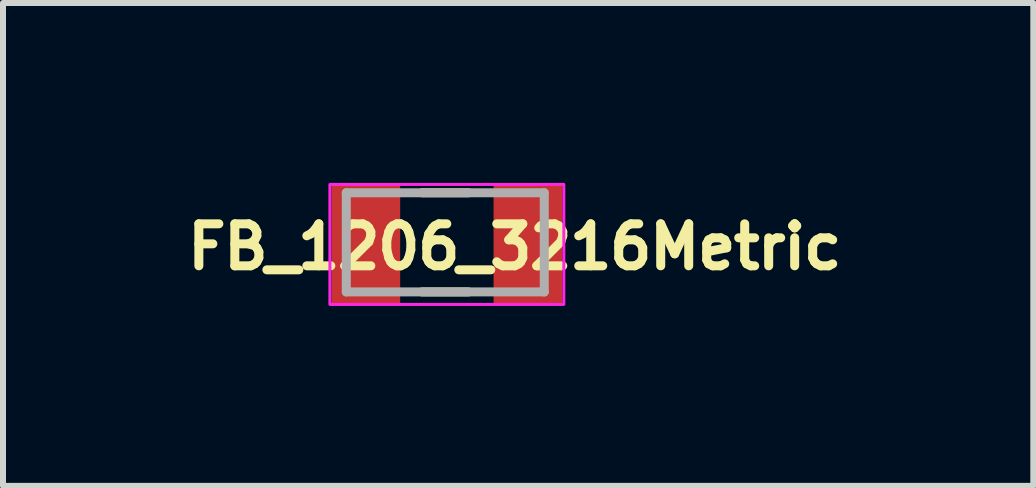
<source format=kicad_pcb>
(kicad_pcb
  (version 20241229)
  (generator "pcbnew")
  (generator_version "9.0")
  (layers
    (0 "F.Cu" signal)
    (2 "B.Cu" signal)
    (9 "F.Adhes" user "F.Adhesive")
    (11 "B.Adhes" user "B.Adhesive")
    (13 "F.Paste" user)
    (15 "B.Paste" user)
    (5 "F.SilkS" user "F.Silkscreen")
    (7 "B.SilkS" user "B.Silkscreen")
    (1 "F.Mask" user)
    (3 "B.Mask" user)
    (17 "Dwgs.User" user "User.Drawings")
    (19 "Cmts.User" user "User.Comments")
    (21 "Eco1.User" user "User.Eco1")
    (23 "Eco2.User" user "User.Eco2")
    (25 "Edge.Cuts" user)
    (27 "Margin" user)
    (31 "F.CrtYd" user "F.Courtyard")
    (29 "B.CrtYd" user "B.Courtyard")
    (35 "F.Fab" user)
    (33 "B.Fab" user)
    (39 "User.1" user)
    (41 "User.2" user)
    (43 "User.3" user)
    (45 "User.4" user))
  (footprint "FB_1206_3216Metric"
    (layer "F.Cu")
    (at 4.4 1.025)
    (property "Reference" "FB_1206_3216Metric" (at -4.4 0.45 180) (layer "F.SilkS") (effects (font (size 0.7 0.7) (thickness 0.15)) (justify left bottom)))
    (attr smd)
    (fp_line (start 0.36 -0.861) (end -0.413 -0.861) (stroke (width 0.15) (type solid)) (layer "F.SilkS"))
    (fp_line (start 0.36 0.792) (end -0.413 0.792) (stroke (width 0.15) (type solid)) (layer "F.SilkS"))
    (fp_rect (start 1.95 1) (end -1.95 -1) (stroke (width 0.05) (type solid)) (fill no) (layer "F.CrtYd"))
    (fp_line (start -1.677 -0.861) (end -1.677 0.792) (stroke (width 0.15) (type solid)) (layer "F.Fab"))
    (fp_line (start -1.677 0.792) (end 1.624 0.792) (stroke (width 0.15) (type solid)) (layer "F.Fab"))
    (fp_line (start 1.624 -0.861) (end -1.677 -0.861) (stroke (width 0.15) (type solid)) (layer "F.Fab"))
    (fp_line (start 1.624 0.792) (end 1.624 -0.861) (stroke (width 0.15) (type solid)) (layer "F.Fab"))
    (fp_rect (start 1.588 0.761) (end -1.589 -0.762) (stroke (width 0.1) (type solid)) (fill no) (layer "User.5"))
    (fp_line (start -1.589 -0.762) (end -1.589 -0.653) (stroke (width 0.02) (type solid)) (layer "User.9"))
    (fp_line (start -1.589 -0.654) (end -1.588 -0.654) (stroke (width 0.02) (type solid)) (layer "User.9"))
    (fp_line (start -1.589 -0.653) (end -1.589 -0.762) (stroke (width 0.02) (type solid)) (layer "User.9"))
    (fp_line (start -1.589 -0.653) (end -1.589 -0.654) (stroke (width 0.02) (type solid)) (layer "User.9"))
    (fp_line (start -1.589 -0.653) (end -1.589 -0.653) (stroke (width 0.02) (type solid)) (layer "User.9"))
    (fp_line (start -1.589 -0.653) (end -1.589 -0.653) (stroke (width 0.02) (type solid)) (layer "User.9"))
    (fp_line (start -1.589 -0.653) (end -1.589 -0.25) (stroke (width 0.02) (type solid)) (layer "User.9"))
    (fp_line (start -1.589 -0.653) (end -1.578 -0.653) (stroke (width 0.02) (type solid)) (layer "User.9"))
    (fp_line (start -1.589 -0.25) (end -1.587 -0.252) (stroke (width 0.02) (type solid)) (layer "User.9"))
    (fp_line (start -1.589 -0.25) (end -1.579 -0.25) (stroke (width 0.02) (type solid)) (layer "User.9"))
    (fp_line (start -1.589 0.249) (end -1.589 0.652) (stroke (width 0.02) (type solid)) (layer "User.9"))
    (fp_line (start -1.589 0.249) (end -1.587 0.25) (stroke (width 0.02) (type solid)) (layer "User.9"))
    (fp_line (start -1.589 0.651) (end -1.588 0.651) (stroke (width 0.02) (type solid)) (layer "User.9"))
    (fp_line (start -1.589 0.652) (end -1.589 0.651) (stroke (width 0.02) (type solid)) (layer "User.9"))
    (fp_line (start -1.589 0.652) (end -1.589 0.652) (stroke (width 0.02) (type solid)) (layer "User.9"))
    (fp_line (start -1.589 0.652) (end -1.589 0.652) (stroke (width 0.02) (type solid)) (layer "User.9"))
    (fp_line (start -1.589 0.652) (end -1.589 0.761) (stroke (width 0.02) (type solid)) (layer "User.9"))
    (fp_line (start -1.589 0.761) (end -1.589 0.652) (stroke (width 0.02) (type solid)) (layer "User.9"))
    (fp_line (start -1.589 0.761) (end -1.578 0.761) (stroke (width 0.02) (type solid)) (layer "User.9"))
    (fp_line (start -1.588 -0.658) (end -1.587 -0.658) (stroke (width 0.02) (type solid)) (layer "User.9"))
    (fp_line (start -1.588 -0.657) (end -1.588 -0.658) (stroke (width 0.02) (type solid)) (layer "User.9"))
    (fp_line (start -1.588 -0.657) (end -1.588 -0.657) (stroke (width 0.02) (type solid)) (layer "User.9"))
    (fp_line (start -1.588 -0.656) (end -1.588 -0.657) (stroke (width 0.02) (type solid)) (layer "User.9"))
    (fp_line (start -1.588 -0.656) (end -1.588 -0.656) (stroke (width 0.02) (type solid)) (layer "User.9"))
    (fp_line (start -1.588 -0.655) (end -1.588 -0.656) (stroke (width 0.02) (type solid)) (layer "User.9"))
    (fp_line (start -1.588 -0.655) (end -1.588 -0.655) (stroke (width 0.02) (type solid)) (layer "User.9"))
    (fp_line (start -1.588 -0.654) (end -1.588 -0.655) (stroke (width 0.02) (type solid)) (layer "User.9"))
    (fp_line (start -1.588 -0.652) (end -1.589 -0.653) (stroke (width 0.02) (type solid)) (layer "User.9"))
    (fp_line (start -1.588 -0.652) (end -1.588 -0.652) (stroke (width 0.02) (type solid)) (layer "User.9"))
    (fp_line (start -1.588 -0.651) (end -1.588 -0.652) (stroke (width 0.02) (type solid)) (layer "User.9"))
    (fp_line (start -1.588 -0.651) (end -1.588 -0.651) (stroke (width 0.02) (type solid)) (layer "User.9"))
    (fp_line (start -1.588 -0.65) (end -1.588 -0.651) (stroke (width 0.02) (type solid)) (layer "User.9"))
    (fp_line (start -1.588 -0.65) (end -1.588 -0.65) (stroke (width 0.02) (type solid)) (layer "User.9"))
    (fp_line (start -1.588 -0.649) (end -1.588 -0.65) (stroke (width 0.02) (type solid)) (layer "User.9"))
    (fp_line (start -1.588 -0.649) (end -1.588 -0.649) (stroke (width 0.02) (type solid)) (layer "User.9"))
    (fp_line (start -1.588 0.647) (end -1.587 0.647) (stroke (width 0.02) (type solid)) (layer "User.9"))
    (fp_line (start -1.588 0.648) (end -1.588 0.647) (stroke (width 0.02) (type solid)) (layer "User.9"))
    (fp_line (start -1.588 0.648) (end -1.588 0.648) (stroke (width 0.02) (type solid)) (layer "User.9"))
    (fp_line (start -1.588 0.649) (end -1.588 0.648) (stroke (width 0.02) (type solid)) (layer "User.9"))
    (fp_line (start -1.588 0.649) (end -1.588 0.649) (stroke (width 0.02) (type solid)) (layer "User.9"))
    (fp_line (start -1.588 0.65) (end -1.588 0.649) (stroke (width 0.02) (type solid)) (layer "User.9"))
    (fp_line (start -1.588 0.65) (end -1.588 0.65) (stroke (width 0.02) (type solid)) (layer "User.9"))
    (fp_line (start -1.588 0.651) (end -1.588 0.65) (stroke (width 0.02) (type solid)) (layer "User.9"))
    (fp_line (start -1.588 0.653) (end -1.589 0.652) (stroke (width 0.02) (type solid)) (layer "User.9"))
    (fp_line (start -1.588 0.653) (end -1.588 0.653) (stroke (width 0.02) (type solid)) (layer "User.9"))
    (fp_line (start -1.588 0.654) (end -1.588 0.653) (stroke (width 0.02) (type solid)) (layer "User.9"))
    (fp_line (start -1.588 0.654) (end -1.588 0.654) (stroke (width 0.02) (type solid)) (layer "User.9"))
    (fp_line (start -1.588 0.655) (end -1.588 0.654) (stroke (width 0.02) (type solid)) (layer "User.9"))
    (fp_line (start -1.588 0.655) (end -1.588 0.655) (stroke (width 0.02) (type solid)) (layer "User.9"))
    (fp_line (start -1.588 0.656) (end -1.588 0.655) (stroke (width 0.02) (type solid)) (layer "User.9"))
    (fp_line (start -1.588 0.656) (end -1.588 0.656) (stroke (width 0.02) (type solid)) (layer "User.9"))
    (fp_line (start -1.587 -0.659) (end -1.587 -0.659) (stroke (width 0.02) (type solid)) (layer "User.9"))
    (fp_line (start -1.587 -0.659) (end -1.586 -0.66) (stroke (width 0.02) (type solid)) (layer "User.9"))
    (fp_line (start -1.587 -0.658) (end -1.587 -0.659) (stroke (width 0.02) (type solid)) (layer "User.9"))
    (fp_line (start -1.587 -0.658) (end -1.587 -0.658) (stroke (width 0.02) (type solid)) (layer "User.9"))
    (fp_line (start -1.587 -0.649) (end -1.588 -0.649) (stroke (width 0.02) (type solid)) (layer "User.9"))
    (fp_line (start -1.587 -0.648) (end -1.587 -0.649) (stroke (width 0.02) (type solid)) (layer "User.9"))
    (fp_line (start -1.587 -0.648) (end -1.587 -0.648) (stroke (width 0.02) (type solid)) (layer "User.9"))
    (fp_line (start -1.587 -0.647) (end -1.587 -0.648) (stroke (width 0.02) (type solid)) (layer "User.9"))
    (fp_line (start -1.587 -0.252) (end -1.589 -0.25) (stroke (width 0.02) (type solid)) (layer "User.9"))
    (fp_line (start -1.587 -0.252) (end -1.585 -0.254) (stroke (width 0.02) (type solid)) (layer "User.9"))
    (fp_line (start -1.587 0.25) (end -1.589 0.249) (stroke (width 0.02) (type solid)) (layer "User.9"))
    (fp_line (start -1.587 0.25) (end -1.585 0.252) (stroke (width 0.02) (type solid)) (layer "User.9"))
    (fp_line (start -1.587 0.646) (end -1.587 0.646) (stroke (width 0.02) (type solid)) (layer "User.9"))
    (fp_line (start -1.587 0.646) (end -1.586 0.645) (stroke (width 0.02) (type solid)) (layer "User.9"))
    (fp_line (start -1.587 0.647) (end -1.587 0.646) (stroke (width 0.02) (type solid)) (layer "User.9"))
    (fp_line (start -1.587 0.647) (end -1.587 0.647) (stroke (width 0.02) (type solid)) (layer "User.9"))
    (fp_line (start -1.587 0.656) (end -1.588 0.656) (stroke (width 0.02) (type solid)) (layer "User.9"))
    (fp_line (start -1.587 0.657) (end -1.587 0.656) (stroke (width 0.02) (type solid)) (layer "User.9"))
    (fp_line (start -1.587 0.657) (end -1.587 0.657) (stroke (width 0.02) (type solid)) (layer "User.9"))
    (fp_line (start -1.587 0.658) (end -1.587 0.657) (stroke (width 0.02) (type solid)) (layer "User.9"))
    (fp_line (start -1.586 -0.66) (end -1.586 -0.66) (stroke (width 0.02) (type solid)) (layer "User.9"))
    (fp_line (start -1.586 -0.66) (end -1.586 -0.66) (stroke (width 0.02) (type solid)) (layer "User.9"))
    (fp_line (start -1.586 -0.66) (end -1.585 -0.661) (stroke (width 0.02) (type solid)) (layer "User.9"))
    (fp_line (start -1.586 -0.647) (end -1.587 -0.647) (stroke (width 0.02) (type solid)) (layer "User.9"))
    (fp_line (start -1.586 -0.647) (end -1.586 -0.647) (stroke (width 0.02) (type solid)) (layer "User.9"))
    (fp_line (start -1.586 -0.646) (end -1.586 -0.647) (stroke (width 0.02) (type solid)) (layer "User.9"))
    (fp_line (start -1.586 0.645) (end -1.586 0.645) (stroke (width 0.02) (type solid)) (layer "User.9"))
    (fp_line (start -1.586 0.645) (end -1.586 0.645) (stroke (width 0.02) (type solid)) (layer "User.9"))
    (fp_line (start -1.586 0.645) (end -1.585 0.644) (stroke (width 0.02) (type solid)) (layer "User.9"))
    (fp_line (start -1.586 0.658) (end -1.587 0.658) (stroke (width 0.02) (type solid)) (layer "User.9"))
    (fp_line (start -1.586 0.658) (end -1.586 0.658) (stroke (width 0.02) (type solid)) (layer "User.9"))
    (fp_line (start -1.586 0.659) (end -1.586 0.658) (stroke (width 0.02) (type solid)) (layer "User.9"))
    (fp_line (start -1.585 -0.661) (end -1.585 -0.661) (stroke (width 0.02) (type solid)) (layer "User.9"))
    (fp_line (start -1.585 -0.661) (end -1.585 -0.661) (stroke (width 0.02) (type solid)) (layer "User.9"))
    (fp_line (start -1.585 -0.661) (end -1.583 -0.662) (stroke (width 0.02) (type solid)) (layer "User.9"))
    (fp_line (start -1.585 -0.646) (end -1.586 -0.646) (stroke (width 0.02) (type solid)) (layer "User.9"))
    (fp_line (start -1.585 -0.646) (end -1.585 -0.646) (stroke (width 0.02) (type solid)) (layer "User.9"))
    (fp_line (start -1.585 -0.645) (end -1.585 -0.646) (stroke (width 0.02) (type solid)) (layer "User.9"))
    (fp_line (start -1.585 -0.254) (end -1.587 -0.252) (stroke (width 0.02) (type solid)) (layer "User.9"))
    (fp_line (start -1.585 -0.254) (end -1.578 -0.262) (stroke (width 0.02) (type solid)) (layer "User.9"))
    (fp_line (start -1.585 0.252) (end -1.587 0.25) (stroke (width 0.02) (type solid)) (layer "User.9"))
    (fp_line (start -1.585 0.252) (end -1.578 0.258) (stroke (width 0.02) (type solid)) (layer "User.9"))
    (fp_line (start -1.585 0.644) (end -1.585 0.644) (stroke (width 0.02) (type solid)) (layer "User.9"))
    (fp_line (start -1.585 0.644) (end -1.585 0.644) (stroke (width 0.02) (type solid)) (layer "User.9"))
    (fp_line (start -1.585 0.644) (end -1.583 0.643) (stroke (width 0.02) (type solid)) (layer "User.9"))
    (fp_line (start -1.585 0.659) (end -1.586 0.659) (stroke (width 0.02) (type solid)) (layer "User.9"))
    (fp_line (start -1.585 0.659) (end -1.585 0.659) (stroke (width 0.02) (type solid)) (layer "User.9"))
    (fp_line (start -1.585 0.66) (end -1.585 0.659) (stroke (width 0.02) (type solid)) (layer "User.9"))
    (fp_line (start -1.583 -0.662) (end -1.583 -0.662) (stroke (width 0.02) (type solid)) (layer "User.9"))
    (fp_line (start -1.583 -0.662) (end -1.582 -0.662) (stroke (width 0.02) (type solid)) (layer "User.9"))
    (fp_line (start -1.583 -0.645) (end -1.585 -0.645) (stroke (width 0.02) (type solid)) (layer "User.9"))
    (fp_line (start -1.583 -0.645) (end -1.583 -0.645) (stroke (width 0.02) (type solid)) (layer "User.9"))
    (fp_line (start -1.583 0.643) (end -1.583 0.643) (stroke (width 0.02) (type solid)) (layer "User.9"))
    (fp_line (start -1.583 0.643) (end -1.582 0.643) (stroke (width 0.02) (type solid)) (layer "User.9"))
    (fp_line (start -1.583 0.66) (end -1.585 0.66) (stroke (width 0.02) (type solid)) (layer "User.9"))
    (fp_line (start -1.583 0.66) (end -1.583 0.66) (stroke (width 0.02) (type solid)) (layer "User.9"))
    (fp_line (start -1.582 -0.662) (end -1.582 -0.662) (stroke (width 0.02) (type solid)) (layer "User.9"))
    (fp_line (start -1.582 -0.662) (end -1.581 -0.663) (stroke (width 0.02) (type solid)) (layer "User.9"))
    (fp_line (start -1.582 -0.645) (end -1.583 -0.645) (stroke (width 0.02) (type solid)) (layer "User.9"))
    (fp_line (start -1.582 -0.644) (end -1.582 -0.645) (stroke (width 0.02) (type solid)) (layer "User.9"))
    (fp_line (start -1.582 0.643) (end -1.582 0.643) (stroke (width 0.02) (type solid)) (layer "User.9"))
    (fp_line (start -1.582 0.643) (end -1.581 0.642) (stroke (width 0.02) (type solid)) (layer "User.9"))
    (fp_line (start -1.582 0.66) (end -1.583 0.66) (stroke (width 0.02) (type solid)) (layer "User.9"))
    (fp_line (start -1.582 0.661) (end -1.582 0.66) (stroke (width 0.02) (type solid)) (layer "User.9"))
    (fp_line (start -1.581 -0.663) (end -1.581 -0.663) (stroke (width 0.02) (type solid)) (layer "User.9"))
    (fp_line (start -1.581 -0.663) (end -1.581 -0.663) (stroke (width 0.02) (type solid)) (layer "User.9"))
    (fp_line (start -1.581 -0.663) (end -1.58 -0.663) (stroke (width 0.02) (type solid)) (layer "User.9"))
    (fp_line (start -1.581 -0.644) (end -1.582 -0.644) (stroke (width 0.02) (type solid)) (layer "User.9"))
    (fp_line (start -1.581 -0.644) (end -1.581 -0.644) (stroke (width 0.02) (type solid)) (layer "User.9"))
    (fp_line (start -1.581 -0.644) (end -1.581 -0.644) (stroke (width 0.02) (type solid)) (layer "User.9"))
    (fp_line (start -1.581 -0.258) (end -1.585 -0.254) (stroke (width 0.02) (type solid)) (layer "User.9"))
    (fp_line (start -1.581 0.254) (end -1.585 0.252) (stroke (width 0.02) (type solid)) (layer "User.9"))
    (fp_line (start -1.581 0.642) (end -1.581 0.642) (stroke (width 0.02) (type solid)) (layer "User.9"))
    (fp_line (start -1.581 0.642) (end -1.581 0.642) (stroke (width 0.02) (type solid)) (layer "User.9"))
    (fp_line (start -1.581 0.642) (end -1.58 0.642) (stroke (width 0.02) (type solid)) (layer "User.9"))
    (fp_line (start -1.581 0.661) (end -1.582 0.661) (stroke (width 0.02) (type solid)) (layer "User.9"))
    (fp_line (start -1.581 0.661) (end -1.581 0.661) (stroke (width 0.02) (type solid)) (layer "User.9"))
    (fp_line (start -1.581 0.661) (end -1.581 0.661) (stroke (width 0.02) (type solid)) (layer "User.9"))
    (fp_line (start -1.58 -0.663) (end -1.58 -0.663) (stroke (width 0.02) (type solid)) (layer "User.9"))
    (fp_line (start -1.58 -0.663) (end -1.579 -0.663) (stroke (width 0.02) (type solid)) (layer "User.9"))
    (fp_line (start -1.58 -0.644) (end -1.581 -0.644) (stroke (width 0.02) (type solid)) (layer "User.9"))
    (fp_line (start -1.58 -0.644) (end -1.58 -0.644) (stroke (width 0.02) (type solid)) (layer "User.9"))
    (fp_line (start -1.58 0.642) (end -1.58 0.642) (stroke (width 0.02) (type solid)) (layer "User.9"))
    (fp_line (start -1.58 0.642) (end -1.579 0.642) (stroke (width 0.02) (type solid)) (layer "User.9"))
    (fp_line (start -1.58 0.661) (end -1.581 0.661) (stroke (width 0.02) (type solid)) (layer "User.9"))
    (fp_line (start -1.58 0.661) (end -1.58 0.661) (stroke (width 0.02) (type solid)) (layer "User.9"))
    (fp_line (start -1.579 -0.663) (end -1.579 -0.663) (stroke (width 0.02) (type solid)) (layer "User.9"))
    (fp_line (start -1.579 -0.663) (end -1.578 -0.663) (stroke (width 0.02) (type solid)) (layer "User.9"))
    (fp_line (start -1.579 -0.643) (end -1.58 -0.644) (stroke (width 0.02) (type solid)) (layer "User.9"))
    (fp_line (start -1.579 -0.643) (end -1.579 -0.643) (stroke (width 0.02) (type solid)) (layer "User.9"))
    (fp_line (start -1.579 -0.25) (end -1.571 -0.25) (stroke (width 0.02) (type solid)) (layer "User.9"))
    (fp_line (start -1.579 0.642) (end -1.579 0.642) (stroke (width 0.02) (type solid)) (layer "User.9"))
    (fp_line (start -1.579 0.642) (end -1.578 0.642) (stroke (width 0.02) (type solid)) (layer "User.9"))
    (fp_line (start -1.579 0.662) (end -1.58 0.661) (stroke (width 0.02) (type solid)) (layer "User.9"))
    (fp_line (start -1.579 0.662) (end -1.579 0.662) (stroke (width 0.02) (type solid)) (layer "User.9"))
    (fp_line (start -1.578 -0.762) (end -1.589 -0.762) (stroke (width 0.02) (type solid)) (layer "User.9"))
    (fp_line (start -1.578 -0.663) (end -1.578 -0.663) (stroke (width 0.02) (type solid)) (layer "User.9"))
    (fp_line (start -1.578 -0.663) (end -1.578 -0.663) (stroke (width 0.02) (type solid)) (layer "User.9"))
    (fp_line (start -1.578 -0.663) (end -1.577 -0.663) (stroke (width 0.02) (type solid)) (layer "User.9"))
    (fp_line (start -1.578 -0.653) (end -1.578 -0.663) (stroke (width 0.02) (type solid)) (layer "User.9"))
    (fp_line (start -1.578 -0.643) (end -1.579 -0.643) (stroke (width 0.02) (type solid)) (layer "User.9"))
    (fp_line (start -1.578 -0.643) (end -1.578 -0.643) (stroke (width 0.02) (type solid)) (layer "User.9"))
    (fp_line (start -1.578 -0.643) (end -1.578 -0.643) (stroke (width 0.02) (type solid)) (layer "User.9"))
    (fp_line (start -1.578 -0.262) (end -1.581 -0.258) (stroke (width 0.02) (type solid)) (layer "User.9"))
    (fp_line (start -1.578 0.258) (end -1.581 0.254) (stroke (width 0.02) (type solid)) (layer "User.9"))
    (fp_line (start -1.578 0.642) (end -1.578 0.642) (stroke (width 0.02) (type solid)) (layer "User.9"))
    (fp_line (start -1.578 0.642) (end -1.578 0.642) (stroke (width 0.02) (type solid)) (layer "User.9"))
    (fp_line (start -1.578 0.642) (end -1.577 0.642) (stroke (width 0.02) (type solid)) (layer "User.9"))
    (fp_line (start -1.578 0.652) (end -1.589 0.652) (stroke (width 0.02) (type solid)) (layer "User.9"))
    (fp_line (start -1.578 0.662) (end -1.579 0.662) (stroke (width 0.02) (type solid)) (layer "User.9"))
    (fp_line (start -1.578 0.662) (end -1.578 0.652) (stroke (width 0.02) (type solid)) (layer "User.9"))
    (fp_line (start -1.578 0.662) (end -1.578 0.662) (stroke (width 0.02) (type solid)) (layer "User.9"))
    (fp_line (start -1.578 0.662) (end -1.578 0.662) (stroke (width 0.02) (type solid)) (layer "User.9"))
    (fp_line (start -1.578 0.662) (end -0.929 0.662) (stroke (width 0.02) (type solid)) (layer "User.9"))
    (fp_line (start -1.578 0.761) (end -1.538 0.761) (stroke (width 0.02) (type solid)) (layer "User.9"))
    (fp_line (start -1.577 -0.663) (end -1.577 -0.663) (stroke (width 0.02) (type solid)) (layer "User.9"))
    (fp_line (start -1.577 -0.663) (end -1.576 -0.663) (stroke (width 0.02) (type solid)) (layer "User.9"))
    (fp_line (start -1.577 -0.643) (end -1.578 -0.643) (stroke (width 0.02) (type solid)) (layer "User.9"))
    (fp_line (start -1.577 -0.643) (end -1.577 -0.643) (stroke (width 0.02) (type solid)) (layer "User.9"))
    (fp_line (start -1.577 0.642) (end -1.577 0.642) (stroke (width 0.02) (type solid)) (layer "User.9"))
    (fp_line (start -1.577 0.642) (end -1.576 0.642) (stroke (width 0.02) (type solid)) (layer "User.9"))
    (fp_line (start -1.577 0.662) (end -1.578 0.662) (stroke (width 0.02) (type solid)) (layer "User.9"))
    (fp_line (start -1.577 0.662) (end -1.577 0.662) (stroke (width 0.02) (type solid)) (layer "User.9"))
    (fp_line (start -1.576 -0.663) (end -1.576 -0.663) (stroke (width 0.02) (type solid)) (layer "User.9"))
    (fp_line (start -1.576 -0.663) (end -1.575 -0.663) (stroke (width 0.02) (type solid)) (layer "User.9"))
    (fp_line (start -1.576 -0.644) (end -1.576 -0.643) (stroke (width 0.02) (type solid)) (layer "User.9"))
    (fp_line (start -1.576 -0.643) (end -1.577 -0.643) (stroke (width 0.02) (type solid)) (layer "User.9"))
    (fp_line (start -1.576 0.642) (end -1.576 0.642) (stroke (width 0.02) (type solid)) (layer "User.9"))
    (fp_line (start -1.576 0.642) (end -1.575 0.642) (stroke (width 0.02) (type solid)) (layer "User.9"))
    (fp_line (start -1.576 0.661) (end -1.576 0.662) (stroke (width 0.02) (type solid)) (layer "User.9"))
    (fp_line (start -1.576 0.662) (end -1.577 0.662) (stroke (width 0.02) (type solid)) (layer "User.9"))
    (fp_line (start -1.575 -0.663) (end -1.575 -0.663) (stroke (width 0.02) (type solid)) (layer "User.9"))
    (fp_line (start -1.575 -0.663) (end -1.574 -0.663) (stroke (width 0.02) (type solid)) (layer "User.9"))
    (fp_line (start -1.575 -0.644) (end -1.576 -0.644) (stroke (width 0.02) (type solid)) (layer "User.9"))
    (fp_line (start -1.575 -0.644) (end -1.575 -0.644) (stroke (width 0.02) (type solid)) (layer "User.9"))
    (fp_line (start -1.575 0.642) (end -1.575 0.642) (stroke (width 0.02) (type solid)) (layer "User.9"))
    (fp_line (start -1.575 0.642) (end -1.574 0.642) (stroke (width 0.02) (type solid)) (layer "User.9"))
    (fp_line (start -1.575 0.661) (end -1.576 0.661) (stroke (width 0.02) (type solid)) (layer "User.9"))
    (fp_line (start -1.575 0.661) (end -1.575 0.661) (stroke (width 0.02) (type solid)) (layer "User.9"))
    (fp_line (start -1.574 -0.663) (end -1.574 -0.663) (stroke (width 0.02) (type solid)) (layer "User.9"))
    (fp_line (start -1.574 -0.663) (end -1.573 -0.662) (stroke (width 0.02) (type solid)) (layer "User.9"))
    (fp_line (start -1.574 -0.644) (end -1.575 -0.644) (stroke (width 0.02) (type solid)) (layer "User.9"))
    (fp_line (start -1.574 -0.644) (end -1.574 -0.644) (stroke (width 0.02) (type solid)) (layer "User.9"))
    (fp_line (start -1.574 0.642) (end -1.574 0.642) (stroke (width 0.02) (type solid)) (layer "User.9"))
    (fp_line (start -1.574 0.642) (end -1.573 0.643) (stroke (width 0.02) (type solid)) (layer "User.9"))
    (fp_line (start -1.574 0.661) (end -1.575 0.661) (stroke (width 0.02) (type solid)) (layer "User.9"))
    (fp_line (start -1.574 0.661) (end -1.574 0.661) (stroke (width 0.02) (type solid)) (layer "User.9"))
    (fp_line (start -1.573 -0.662) (end -1.573 -0.662) (stroke (width 0.02) (type solid)) (layer "User.9"))
    (fp_line (start -1.573 -0.662) (end -1.572 -0.662) (stroke (width 0.02) (type solid)) (layer "User.9"))
    (fp_line (start -1.573 -0.645) (end -1.573 -0.644) (stroke (width 0.02) (type solid)) (layer "User.9"))
    (fp_line (start -1.573 -0.644) (end -1.574 -0.644) (stroke (width 0.02) (type solid)) (layer "User.9"))
    (fp_line (start -1.573 0.643) (end -1.573 0.643) (stroke (width 0.02) (type solid)) (layer "User.9"))
    (fp_line (start -1.573 0.643) (end -1.572 0.643) (stroke (width 0.02) (type solid)) (layer "User.9"))
    (fp_line (start -1.573 0.66) (end -1.573 0.661) (stroke (width 0.02) (type solid)) (layer "User.9"))
    (fp_line (start -1.573 0.661) (end -1.574 0.661) (stroke (width 0.02) (type solid)) (layer "User.9"))
    (fp_line (start -1.572 -0.662) (end -1.572 -0.662) (stroke (width 0.02) (type solid)) (layer "User.9"))
    (fp_line (start -1.572 -0.662) (end -1.572 -0.661) (stroke (width 0.02) (type solid)) (layer "User.9"))
    (fp_line (start -1.572 -0.661) (end -1.571 -0.661) (stroke (width 0.02) (type solid)) (layer "User.9"))
    (fp_line (start -1.572 -0.645) (end -1.573 -0.645) (stroke (width 0.02) (type solid)) (layer "User.9"))
    (fp_line (start -1.572 -0.645) (end -1.572 -0.645) (stroke (width 0.02) (type solid)) (layer "User.9"))
    (fp_line (start -1.572 -0.645) (end -1.572 -0.645) (stroke (width 0.02) (type solid)) (layer "User.9"))
    (fp_line (start -1.572 0.643) (end -1.572 0.643) (stroke (width 0.02) (type solid)) (layer "User.9"))
    (fp_line (start -1.572 0.643) (end -1.572 0.644) (stroke (width 0.02) (type solid)) (layer "User.9"))
    (fp_line (start -1.572 0.644) (end -1.571 0.644) (stroke (width 0.02) (type solid)) (layer "User.9"))
    (fp_line (start -1.572 0.66) (end -1.573 0.66) (stroke (width 0.02) (type solid)) (layer "User.9"))
    (fp_line (start -1.572 0.66) (end -1.572 0.66) (stroke (width 0.02) (type solid)) (layer "User.9"))
    (fp_line (start -1.572 0.66) (end -1.572 0.66) (stroke (width 0.02) (type solid)) (layer "User.9"))
    (fp_line (start -1.571 -0.661) (end -1.571 -0.661) (stroke (width 0.02) (type solid)) (layer "User.9"))
    (fp_line (start -1.571 -0.661) (end -1.57 -0.66) (stroke (width 0.02) (type solid)) (layer "User.9"))
    (fp_line (start -1.571 -0.646) (end -1.572 -0.645) (stroke (width 0.02) (type solid)) (layer "User.9"))
    (fp_line (start -1.571 -0.646) (end -1.571 -0.646) (stroke (width 0.02) (type solid)) (layer "User.9"))
    (fp_line (start -1.571 -0.25) (end -1.564 -0.25) (stroke (width 0.02) (type solid)) (layer "User.9"))
    (fp_line (start -1.571 0.248) (end -1.589 0.249) (stroke (width 0.02) (type solid)) (layer "User.9"))
    (fp_line (start -1.571 0.644) (end -1.571 0.644) (stroke (width 0.02) (type solid)) (layer "User.9"))
    (fp_line (start -1.571 0.644) (end -1.57 0.645) (stroke (width 0.02) (type solid)) (layer "User.9"))
    (fp_line (start -1.571 0.659) (end -1.572 0.66) (stroke (width 0.02) (type solid)) (layer "User.9"))
    (fp_line (start -1.571 0.659) (end -1.571 0.659) (stroke (width 0.02) (type solid)) (layer "User.9"))
    (fp_line (start -1.57 -0.66) (end -1.57 -0.66) (stroke (width 0.02) (type solid)) (layer "User.9"))
    (fp_line (start -1.57 -0.66) (end -1.57 -0.66) (stroke (width 0.02) (type solid)) (layer "User.9"))
    (fp_line (start -1.57 -0.66) (end -1.57 -0.659) (stroke (width 0.02) (type solid)) (layer "User.9"))
    (fp_line (start -1.57 -0.659) (end -1.569 -0.659) (stroke (width 0.02) (type solid)) (layer "User.9"))
    (fp_line (start -1.57 -0.647) (end -1.57 -0.647) (stroke (width 0.02) (type solid)) (layer "User.9"))
    (fp_line (start -1.57 -0.647) (end -1.57 -0.647) (stroke (width 0.02) (type solid)) (layer "User.9"))
    (fp_line (start -1.57 -0.647) (end -1.57 -0.646) (stroke (width 0.02) (type solid)) (layer "User.9"))
    (fp_line (start -1.57 -0.646) (end -1.571 -0.646) (stroke (width 0.02) (type solid)) (layer "User.9"))
    (fp_line (start -1.57 0.645) (end -1.57 0.645) (stroke (width 0.02) (type solid)) (layer "User.9"))
    (fp_line (start -1.57 0.645) (end -1.57 0.645) (stroke (width 0.02) (type solid)) (layer "User.9"))
    (fp_line (start -1.57 0.645) (end -1.57 0.646) (stroke (width 0.02) (type solid)) (layer "User.9"))
    (fp_line (start -1.57 0.646) (end -1.569 0.646) (stroke (width 0.02) (type solid)) (layer "User.9"))
    (fp_line (start -1.57 0.658) (end -1.57 0.658) (stroke (width 0.02) (type solid)) (layer "User.9"))
    (fp_line (start -1.57 0.658) (end -1.57 0.658) (stroke (width 0.02) (type solid)) (layer "User.9"))
    (fp_line (start -1.57 0.658) (end -1.57 0.659) (stroke (width 0.02) (type solid)) (layer "User.9"))
    (fp_line (start -1.57 0.659) (end -1.571 0.659) (stroke (width 0.02) (type solid)) (layer "User.9"))
    (fp_line (start -1.569 -0.659) (end -1.569 -0.658) (stroke (width 0.02) (type solid)) (layer "User.9"))
    (fp_line (start -1.569 -0.658) (end -1.569 -0.658) (stroke (width 0.02) (type solid)) (layer "User.9"))
    (fp_line (start -1.569 -0.658) (end -1.569 -0.658) (stroke (width 0.02) (type solid)) (layer "User.9"))
    (fp_line (start -1.569 -0.658) (end -1.568 -0.657) (stroke (width 0.02) (type solid)) (layer "User.9"))
    (fp_line (start -1.569 -0.649) (end -1.569 -0.649) (stroke (width 0.02) (type solid)) (layer "User.9"))
    (fp_line (start -1.569 -0.649) (end -1.569 -0.648) (stroke (width 0.02) (type solid)) (layer "User.9"))
    (fp_line (start -1.569 -0.648) (end -1.57 -0.647) (stroke (width 0.02) (type solid)) (layer "User.9"))
    (fp_line (start -1.569 -0.648) (end -1.569 -0.648) (stroke (width 0.02) (type solid)) (layer "User.9"))
    (fp_line (start -1.569 0.646) (end -1.569 0.647) (stroke (width 0.02) (type solid)) (layer "User.9"))
    (fp_line (start -1.569 0.647) (end -1.569 0.647) (stroke (width 0.02) (type solid)) (layer "User.9"))
    (fp_line (start -1.569 0.647) (end -1.569 0.647) (stroke (width 0.02) (type solid)) (layer "User.9"))
    (fp_line (start -1.569 0.647) (end -1.568 0.648) (stroke (width 0.02) (type solid)) (layer "User.9"))
    (fp_line (start -1.569 0.656) (end -1.569 0.656) (stroke (width 0.02) (type solid)) (layer "User.9"))
    (fp_line (start -1.569 0.656) (end -1.569 0.657) (stroke (width 0.02) (type solid)) (layer "User.9"))
    (fp_line (start -1.569 0.657) (end -1.57 0.658) (stroke (width 0.02) (type solid)) (layer "User.9"))
    (fp_line (start -1.569 0.657) (end -1.569 0.657) (stroke (width 0.02) (type solid)) (layer "User.9"))
    (fp_line (start -1.568 -0.657) (end -1.568 -0.657) (stroke (width 0.02) (type solid)) (layer "User.9"))
    (fp_line (start -1.568 -0.657) (end -1.568 -0.656) (stroke (width 0.02) (type solid)) (layer "User.9"))
    (fp_line (start -1.568 -0.656) (end -1.568 -0.656) (stroke (width 0.02) (type solid)) (layer "User.9"))
    (fp_line (start -1.568 -0.656) (end -1.568 -0.655) (stroke (width 0.02) (type solid)) (layer "User.9"))
    (fp_line (start -1.568 -0.655) (end -1.568 -0.655) (stroke (width 0.02) (type solid)) (layer "User.9"))
    (fp_line (start -1.568 -0.655) (end -1.568 -0.654) (stroke (width 0.02) (type solid)) (layer "User.9"))
    (fp_line (start -1.568 -0.654) (end -1.568 -0.654) (stroke (width 0.02) (type solid)) (layer "User.9"))
    (fp_line (start -1.568 -0.654) (end -1.568 -0.653) (stroke (width 0.02) (type solid)) (layer "User.9"))
    (fp_line (start -1.568 -0.653) (end -1.568 -0.653) (stroke (width 0.02) (type solid)) (layer "User.9"))
    (fp_line (start -1.568 -0.653) (end -1.568 -0.653) (stroke (width 0.02) (type solid)) (layer "User.9"))
    (fp_line (start -1.568 -0.653) (end -1.568 -0.653) (stroke (width 0.02) (type solid)) (layer "User.9"))
    (fp_line (start -1.568 -0.653) (end -1.568 -0.652) (stroke (width 0.02) (type solid)) (layer "User.9"))
    (fp_line (start -1.568 -0.652) (end -1.568 -0.652) (stroke (width 0.02) (type solid)) (layer "User.9"))
    (fp_line (start -1.568 -0.652) (end -1.568 -0.651) (stroke (width 0.02) (type solid)) (layer "User.9"))
    (fp_line (start -1.568 -0.651) (end -1.568 -0.651) (stroke (width 0.02) (type solid)) (layer "User.9"))
    (fp_line (start -1.568 -0.651) (end -1.568 -0.65) (stroke (width 0.02) (type solid)) (layer "User.9"))
    (fp_line (start -1.568 -0.65) (end -1.568 -0.65) (stroke (width 0.02) (type solid)) (layer "User.9"))
    (fp_line (start -1.568 -0.65) (end -1.568 -0.649) (stroke (width 0.02) (type solid)) (layer "User.9"))
    (fp_line (start -1.568 -0.649) (end -1.569 -0.649) (stroke (width 0.02) (type solid)) (layer "User.9"))
    (fp_line (start -1.568 0.648) (end -1.568 0.648) (stroke (width 0.02) (type solid)) (layer "User.9"))
    (fp_line (start -1.568 0.648) (end -1.568 0.649) (stroke (width 0.02) (type solid)) (layer "User.9"))
    (fp_line (start -1.568 0.649) (end -1.568 0.649) (stroke (width 0.02) (type solid)) (layer "User.9"))
    (fp_line (start -1.568 0.649) (end -1.568 0.65) (stroke (width 0.02) (type solid)) (layer "User.9"))
    (fp_line (start -1.568 0.65) (end -1.568 0.65) (stroke (width 0.02) (type solid)) (layer "User.9"))
    (fp_line (start -1.568 0.65) (end -1.568 0.651) (stroke (width 0.02) (type solid)) (layer "User.9"))
    (fp_line (start -1.568 0.651) (end -1.568 0.651) (stroke (width 0.02) (type solid)) (layer "User.9"))
    (fp_line (start -1.568 0.651) (end -1.568 0.652) (stroke (width 0.02) (type solid)) (layer "User.9"))
    (fp_line (start -1.568 0.652) (end -1.568 0.652) (stroke (width 0.02) (type solid)) (layer "User.9"))
    (fp_line (start -1.568 0.652) (end -1.568 0.652) (stroke (width 0.02) (type solid)) (layer "User.9"))
    (fp_line (start -1.568 0.652) (end -1.568 0.652) (stroke (width 0.02) (type solid)) (layer "User.9"))
    (fp_line (start -1.568 0.652) (end -1.568 0.653) (stroke (width 0.02) (type solid)) (layer "User.9"))
    (fp_line (start -1.568 0.653) (end -1.568 0.653) (stroke (width 0.02) (type solid)) (layer "User.9"))
    (fp_line (start -1.568 0.653) (end -1.568 0.654) (stroke (width 0.02) (type solid)) (layer "User.9"))
    (fp_line (start -1.568 0.654) (end -1.568 0.654) (stroke (width 0.02) (type solid)) (layer "User.9"))
    (fp_line (start -1.568 0.654) (end -1.568 0.655) (stroke (width 0.02) (type solid)) (layer "User.9"))
    (fp_line (start -1.568 0.655) (end -1.568 0.655) (stroke (width 0.02) (type solid)) (layer "User.9"))
    (fp_line (start -1.568 0.655) (end -1.568 0.656) (stroke (width 0.02) (type solid)) (layer "User.9"))
    (fp_line (start -1.568 0.656) (end -1.569 0.656) (stroke (width 0.02) (type solid)) (layer "User.9"))
    (fp_line (start -1.564 -0.25) (end -1.555 -0.249) (stroke (width 0.02) (type solid)) (layer "User.9"))
    (fp_line (start -1.555 -0.249) (end -1.546 -0.248) (stroke (width 0.02) (type solid)) (layer "User.9"))
    (fp_line (start -1.555 0.247) (end -1.571 0.248) (stroke (width 0.02) (type solid)) (layer "User.9"))
    (fp_line (start -1.546 -0.248) (end -1.538 -0.246) (stroke (width 0.02) (type solid)) (layer "User.9"))
    (fp_line (start -1.538 -0.762) (end -1.578 -0.762) (stroke (width 0.02) (type solid)) (layer "User.9"))
    (fp_line (start -1.538 -0.762) (end 1.536 -0.762) (stroke (width 0.02) (type solid)) (layer "User.9"))
    (fp_line (start -1.538 -0.663) (end -1.538 -0.762) (stroke (width 0.02) (type solid)) (layer "User.9"))
    (fp_line (start -1.538 -0.663) (end -1.538 -0.762) (stroke (width 0.02) (type solid)) (layer "User.9"))
    (fp_line (start -1.538 -0.246) (end -1.53 -0.245) (stroke (width 0.02) (type solid)) (layer "User.9"))
    (fp_line (start -1.538 0.244) (end -1.555 0.247) (stroke (width 0.02) (type solid)) (layer "User.9"))
    (fp_line (start -1.538 0.761) (end -1.538 0.662) (stroke (width 0.02) (type solid)) (layer "User.9"))
    (fp_line (start -1.538 0.761) (end -1.538 0.662) (stroke (width 0.02) (type solid)) (layer "User.9"))
    (fp_line (start -1.53 -0.245) (end -1.522 -0.243) (stroke (width 0.02) (type solid)) (layer "User.9"))
    (fp_line (start -1.522 -0.243) (end -1.514 -0.241) (stroke (width 0.02) (type solid)) (layer "User.9"))
    (fp_line (start -1.522 0.24) (end -1.538 0.244) (stroke (width 0.02) (type solid)) (layer "User.9"))
    (fp_line (start -1.514 -0.241) (end -1.506 -0.239) (stroke (width 0.02) (type solid)) (layer "User.9"))
    (fp_line (start -1.506 -0.239) (end -1.5 -0.236) (stroke (width 0.02) (type solid)) (layer "User.9"))
    (fp_line (start -1.506 0.235) (end -1.522 0.24) (stroke (width 0.02) (type solid)) (layer "User.9"))
    (fp_line (start -1.5 -0.236) (end -1.492 -0.233) (stroke (width 0.02) (type solid)) (layer "User.9"))
    (fp_line (start -1.492 -0.233) (end -1.484 -0.23) (stroke (width 0.02) (type solid)) (layer "User.9"))
    (fp_line (start -1.492 0.23) (end -1.506 0.235) (stroke (width 0.02) (type solid)) (layer "User.9"))
    (fp_line (start -1.484 -0.23) (end -1.478 -0.225) (stroke (width 0.02) (type solid)) (layer "User.9"))
    (fp_line (start -1.478 -0.225) (end -1.47 -0.222) (stroke (width 0.02) (type solid)) (layer "User.9"))
    (fp_line (start -1.478 0.223) (end -1.492 0.23) (stroke (width 0.02) (type solid)) (layer "User.9"))
    (fp_line (start -1.47 -0.222) (end -1.464 -0.218) (stroke (width 0.02) (type solid)) (layer "User.9"))
    (fp_line (start -1.464 -0.218) (end -1.457 -0.214) (stroke (width 0.02) (type solid)) (layer "User.9"))
    (fp_line (start -1.464 0.214) (end -1.478 0.223) (stroke (width 0.02) (type solid)) (layer "User.9"))
    (fp_line (start -1.457 -0.214) (end -1.449 -0.21) (stroke (width 0.02) (type solid)) (layer "User.9"))
    (fp_line (start -1.449 -0.21) (end -1.443 -0.206) (stroke (width 0.02) (type solid)) (layer "User.9"))
    (fp_line (start -1.449 0.206) (end -1.464 0.214) (stroke (width 0.02) (type solid)) (layer "User.9"))
    (fp_line (start -1.443 -0.206) (end -1.436 -0.201) (stroke (width 0.02) (type solid)) (layer "User.9"))
    (fp_line (start -1.436 -0.201) (end -1.43 -0.196) (stroke (width 0.02) (type solid)) (layer "User.9"))
    (fp_line (start -1.436 0.197) (end -1.449 0.206) (stroke (width 0.02) (type solid)) (layer "User.9"))
    (fp_line (start -1.43 -0.196) (end -1.423 -0.19) (stroke (width 0.02) (type solid)) (layer "User.9"))
    (fp_line (start -1.423 -0.19) (end -1.418 -0.184) (stroke (width 0.02) (type solid)) (layer "User.9"))
    (fp_line (start -1.423 0.186) (end -1.436 0.197) (stroke (width 0.02) (type solid)) (layer "User.9"))
    (fp_line (start -1.418 -0.184) (end -1.412 -0.179) (stroke (width 0.02) (type solid)) (layer "User.9"))
    (fp_line (start -1.412 -0.179) (end -1.405 -0.174) (stroke (width 0.02) (type solid)) (layer "User.9"))
    (fp_line (start -1.412 0.175) (end -1.423 0.186) (stroke (width 0.02) (type solid)) (layer "User.9"))
    (fp_line (start -1.405 -0.174) (end -1.401 -0.168) (stroke (width 0.02) (type solid)) (layer "User.9"))
    (fp_line (start -1.401 -0.168) (end -1.395 -0.16) (stroke (width 0.02) (type solid)) (layer "User.9"))
    (fp_line (start -1.401 0.164) (end -1.412 0.175) (stroke (width 0.02) (type solid)) (layer "User.9"))
    (fp_line (start -1.395 -0.16) (end -1.389 -0.154) (stroke (width 0.02) (type solid)) (layer "User.9"))
    (fp_line (start -1.389 -0.154) (end -1.385 -0.148) (stroke (width 0.02) (type solid)) (layer "User.9"))
    (fp_line (start -1.389 0.15) (end -1.401 0.164) (stroke (width 0.02) (type solid)) (layer "User.9"))
    (fp_line (start -1.385 -0.148) (end -1.381 -0.14) (stroke (width 0.02) (type solid)) (layer "User.9"))
    (fp_line (start -1.381 -0.14) (end -1.375 -0.134) (stroke (width 0.02) (type solid)) (layer "User.9"))
    (fp_line (start -1.381 0.138) (end -1.389 0.15) (stroke (width 0.02) (type solid)) (layer "User.9"))
    (fp_line (start -1.375 -0.134) (end -1.371 -0.126) (stroke (width 0.02) (type solid)) (layer "User.9"))
    (fp_line (start -1.371 -0.126) (end -1.371 -0.126) (stroke (width 0.02) (type solid)) (layer "User.9"))
    (fp_line (start -1.371 -0.126) (end -1.363 -0.112) (stroke (width 0.02) (type solid)) (layer "User.9"))
    (fp_line (start -1.371 0.123) (end -1.381 0.138) (stroke (width 0.02) (type solid)) (layer "User.9"))
    (fp_line (start -1.371 0.123) (end -1.371 0.123) (stroke (width 0.02) (type solid)) (layer "User.9"))
    (fp_line (start -1.363 -0.112) (end -1.356 -0.097) (stroke (width 0.02) (type solid)) (layer "User.9"))
    (fp_line (start -1.363 0.109) (end -1.371 0.123) (stroke (width 0.02) (type solid)) (layer "User.9"))
    (fp_line (start -1.356 -0.097) (end -1.351 -0.081) (stroke (width 0.02) (type solid)) (layer "User.9"))
    (fp_line (start -1.356 0.094) (end -1.363 0.109) (stroke (width 0.02) (type solid)) (layer "User.9"))
    (fp_line (start -1.351 -0.081) (end -1.346 -0.065) (stroke (width 0.02) (type solid)) (layer "User.9"))
    (fp_line (start -1.351 0.079) (end -1.356 0.094) (stroke (width 0.02) (type solid)) (layer "User.9"))
    (fp_line (start -1.346 -0.065) (end -1.342 -0.05) (stroke (width 0.02) (type solid)) (layer "User.9"))
    (fp_line (start -1.346 0.063) (end -1.351 0.079) (stroke (width 0.02) (type solid)) (layer "User.9"))
    (fp_line (start -1.342 -0.05) (end -1.341 -0.034) (stroke (width 0.02) (type solid)) (layer "User.9"))
    (fp_line (start -1.342 0.047) (end -1.346 0.063) (stroke (width 0.02) (type solid)) (layer "User.9"))
    (fp_line (start -1.341 -0.034) (end -1.338 -0.017) (stroke (width 0.02) (type solid)) (layer "User.9"))
    (fp_line (start -1.341 0.031) (end -1.342 0.047) (stroke (width 0.02) (type solid)) (layer "User.9"))
    (fp_line (start -1.338 -0.017) (end -1.338 -0.001) (stroke (width 0.02) (type solid)) (layer "User.9"))
    (fp_line (start -1.338 -0.001) (end -1.338 0.015) (stroke (width 0.02) (type solid)) (layer "User.9"))
    (fp_line (start -1.338 0.015) (end -1.341 0.031) (stroke (width 0.02) (type solid)) (layer "User.9"))
    (fp_line (start -0.929 -0.663) (end -1.578 -0.663) (stroke (width 0.02) (type solid)) (layer "User.9"))
    (fp_line (start -0.929 -0.663) (end -0.939 -0.653) (stroke (width 0.02) (type solid)) (layer "User.9"))
    (fp_line (start -0.929 0.662) (end -0.939 0.652) (stroke (width 0.02) (type solid)) (layer "User.9"))
    (fp_line (start -0.929 0.662) (end -0.929 -0.663) (stroke (width 0.02) (type solid)) (layer "User.9"))
    (fp_line (start 0.927 -0.663) (end 0.938 -0.653) (stroke (width 0.02) (type solid)) (layer "User.9"))
    (fp_line (start 0.927 -0.663) (end 1.576 -0.663) (stroke (width 0.02) (type solid)) (layer "User.9"))
    (fp_line (start 0.927 0.662) (end 0.927 -0.663) (stroke (width 0.02) (type solid)) (layer "User.9"))
    (fp_line (start 0.927 0.662) (end 0.938 0.652) (stroke (width 0.02) (type solid)) (layer "User.9"))
    (fp_line (start 1.338 -0.024) (end 1.338 -0.013) (stroke (width 0.02) (type solid)) (layer "User.9"))
    (fp_line (start 1.338 -0.017) (end 1.338 -0.001) (stroke (width 0.02) (type solid)) (layer "User.9"))
    (fp_line (start 1.338 -0.013) (end 1.338 -0.001) (stroke (width 0.02) (type solid)) (layer "User.9"))
    (fp_line (start 1.338 -0.001) (end 1.338 -0.001) (stroke (width 0.02) (type solid)) (layer "User.9"))
    (fp_line (start 1.338 -0.001) (end 1.338 0.009) (stroke (width 0.02) (type solid)) (layer "User.9"))
    (fp_line (start 1.338 -0.001) (end 1.338 0.015) (stroke (width 0.02) (type solid)) (layer "User.9"))
    (fp_line (start 1.338 0.009) (end 1.338 0.02) (stroke (width 0.02) (type solid)) (layer "User.9"))
    (fp_line (start 1.338 0.015) (end 1.339 0.031) (stroke (width 0.02) (type solid)) (layer "User.9"))
    (fp_line (start 1.338 0.02) (end 1.339 0.032) (stroke (width 0.02) (type solid)) (layer "User.9"))
    (fp_line (start 1.339 -0.034) (end 1.338 -0.024) (stroke (width 0.02) (type solid)) (layer "User.9"))
    (fp_line (start 1.339 -0.034) (end 1.338 -0.017) (stroke (width 0.02) (type solid)) (layer "User.9"))
    (fp_line (start 1.339 0.031) (end 1.342 0.047) (stroke (width 0.02) (type solid)) (layer "User.9"))
    (fp_line (start 1.339 0.032) (end 1.342 0.041) (stroke (width 0.02) (type solid)) (layer "User.9"))
    (fp_line (start 1.342 -0.056) (end 1.342 -0.045) (stroke (width 0.02) (type solid)) (layer "User.9"))
    (fp_line (start 1.342 -0.05) (end 1.339 -0.034) (stroke (width 0.02) (type solid)) (layer "User.9"))
    (fp_line (start 1.342 -0.045) (end 1.339 -0.034) (stroke (width 0.02) (type solid)) (layer "User.9"))
    (fp_line (start 1.342 0.041) (end 1.342 0.053) (stroke (width 0.02) (type solid)) (layer "User.9"))
    (fp_line (start 1.342 0.047) (end 1.346 0.063) (stroke (width 0.02) (type solid)) (layer "User.9"))
    (fp_line (start 1.342 0.053) (end 1.346 0.063) (stroke (width 0.02) (type solid)) (layer "User.9"))
    (fp_line (start 1.346 -0.066) (end 1.342 -0.056) (stroke (width 0.02) (type solid)) (layer "User.9"))
    (fp_line (start 1.346 -0.065) (end 1.342 -0.05) (stroke (width 0.02) (type solid)) (layer "User.9"))
    (fp_line (start 1.346 0.063) (end 1.35 0.073) (stroke (width 0.02) (type solid)) (layer "User.9"))
    (fp_line (start 1.346 0.063) (end 1.35 0.079) (stroke (width 0.02) (type solid)) (layer "User.9"))
    (fp_line (start 1.35 -0.081) (end 1.346 -0.065) (stroke (width 0.02) (type solid)) (layer "User.9"))
    (fp_line (start 1.35 -0.077) (end 1.346 -0.066) (stroke (width 0.02) (type solid)) (layer "User.9"))
    (fp_line (start 1.35 0.073) (end 1.351 0.084) (stroke (width 0.02) (type solid)) (layer "User.9"))
    (fp_line (start 1.35 0.079) (end 1.355 0.094) (stroke (width 0.02) (type solid)) (layer "User.9"))
    (fp_line (start 1.351 -0.087) (end 1.35 -0.077) (stroke (width 0.02) (type solid)) (layer "User.9"))
    (fp_line (start 1.351 0.084) (end 1.355 0.094) (stroke (width 0.02) (type solid)) (layer "User.9"))
    (fp_line (start 1.355 -0.097) (end 1.35 -0.081) (stroke (width 0.02) (type solid)) (layer "User.9"))
    (fp_line (start 1.355 -0.096) (end 1.351 -0.087) (stroke (width 0.02) (type solid)) (layer "User.9"))
    (fp_line (start 1.355 0.094) (end 1.359 0.103) (stroke (width 0.02) (type solid)) (layer "User.9"))
    (fp_line (start 1.355 0.094) (end 1.362 0.109) (stroke (width 0.02) (type solid)) (layer "User.9"))
    (fp_line (start 1.359 -0.107) (end 1.355 -0.096) (stroke (width 0.02) (type solid)) (layer "User.9"))
    (fp_line (start 1.359 0.103) (end 1.366 0.112) (stroke (width 0.02) (type solid)) (layer "User.9"))
    (fp_line (start 1.362 -0.112) (end 1.355 -0.097) (stroke (width 0.02) (type solid)) (layer "User.9"))
    (fp_line (start 1.362 0.109) (end 1.37 0.123) (stroke (width 0.02) (type solid)) (layer "User.9"))
    (fp_line (start 1.366 -0.116) (end 1.359 -0.107) (stroke (width 0.02) (type solid)) (layer "User.9"))
    (fp_line (start 1.366 0.112) (end 1.37 0.121) (stroke (width 0.02) (type solid)) (layer "User.9"))
    (fp_line (start 1.37 -0.126) (end 1.362 -0.112) (stroke (width 0.02) (type solid)) (layer "User.9"))
    (fp_line (start 1.37 -0.126) (end 1.37 -0.126) (stroke (width 0.02) (type solid)) (layer "User.9"))
    (fp_line (start 1.37 -0.125) (end 1.366 -0.116) (stroke (width 0.02) (type solid)) (layer "User.9"))
    (fp_line (start 1.37 0.121) (end 1.374 0.131) (stroke (width 0.02) (type solid)) (layer "User.9"))
    (fp_line (start 1.37 0.123) (end 1.37 0.123) (stroke (width 0.02) (type solid)) (layer "User.9"))
    (fp_line (start 1.37 0.123) (end 1.379 0.138) (stroke (width 0.02) (type solid)) (layer "User.9"))
    (fp_line (start 1.374 -0.134) (end 1.37 -0.126) (stroke (width 0.02) (type solid)) (layer "User.9"))
    (fp_line (start 1.374 0.131) (end 1.382 0.14) (stroke (width 0.02) (type solid)) (layer "User.9"))
    (fp_line (start 1.379 -0.14) (end 1.374 -0.134) (stroke (width 0.02) (type solid)) (layer "User.9"))
    (fp_line (start 1.379 0.138) (end 1.39 0.15) (stroke (width 0.02) (type solid)) (layer "User.9"))
    (fp_line (start 1.382 -0.143) (end 1.37 -0.125) (stroke (width 0.02) (type solid)) (layer "User.9"))
    (fp_line (start 1.382 0.14) (end 1.386 0.148) (stroke (width 0.02) (type solid)) (layer "User.9"))
    (fp_line (start 1.383 -0.148) (end 1.379 -0.14) (stroke (width 0.02) (type solid)) (layer "User.9"))
    (fp_line (start 1.386 0.148) (end 1.394 0.156) (stroke (width 0.02) (type solid)) (layer "User.9"))
    (fp_line (start 1.39 -0.154) (end 1.383 -0.148) (stroke (width 0.02) (type solid)) (layer "User.9"))
    (fp_line (start 1.39 0.15) (end 1.399 0.164) (stroke (width 0.02) (type solid)) (layer "User.9"))
    (fp_line (start 1.394 -0.16) (end 1.39 -0.154) (stroke (width 0.02) (type solid)) (layer "User.9"))
    (fp_line (start 1.394 -0.159) (end 1.382 -0.143) (stroke (width 0.02) (type solid)) (layer "User.9"))
    (fp_line (start 1.394 0.156) (end 1.402 0.165) (stroke (width 0.02) (type solid)) (layer "User.9"))
    (fp_line (start 1.399 -0.168) (end 1.394 -0.16) (stroke (width 0.02) (type solid)) (layer "User.9"))
    (fp_line (start 1.399 0.164) (end 1.411 0.175) (stroke (width 0.02) (type solid)) (layer "User.9"))
    (fp_line (start 1.402 0.165) (end 1.407 0.173) (stroke (width 0.02) (type solid)) (layer "User.9"))
    (fp_line (start 1.406 -0.174) (end 1.399 -0.168) (stroke (width 0.02) (type solid)) (layer "User.9"))
    (fp_line (start 1.407 -0.176) (end 1.394 -0.159) (stroke (width 0.02) (type solid)) (layer "User.9"))
    (fp_line (start 1.407 0.173) (end 1.415 0.179) (stroke (width 0.02) (type solid)) (layer "User.9"))
    (fp_line (start 1.411 -0.179) (end 1.406 -0.174) (stroke (width 0.02) (type solid)) (layer "User.9"))
    (fp_line (start 1.411 0.175) (end 1.423 0.186) (stroke (width 0.02) (type solid)) (layer "User.9"))
    (fp_line (start 1.415 0.179) (end 1.423 0.186) (stroke (width 0.02) (type solid)) (layer "User.9"))
    (fp_line (start 1.418 -0.184) (end 1.411 -0.179) (stroke (width 0.02) (type solid)) (layer "User.9"))
    (fp_line (start 1.423 -0.19) (end 1.407 -0.176) (stroke (width 0.02) (type solid)) (layer "User.9"))
    (fp_line (start 1.423 -0.19) (end 1.418 -0.184) (stroke (width 0.02) (type solid)) (layer "User.9"))
    (fp_line (start 1.423 0.186) (end 1.431 0.194) (stroke (width 0.02) (type solid)) (layer "User.9"))
    (fp_line (start 1.423 0.186) (end 1.435 0.197) (stroke (width 0.02) (type solid)) (layer "User.9"))
    (fp_line (start 1.43 -0.196) (end 1.423 -0.19) (stroke (width 0.02) (type solid)) (layer "User.9"))
    (fp_line (start 1.431 -0.197) (end 1.423 -0.19) (stroke (width 0.02) (type solid)) (layer "User.9"))
    (fp_line (start 1.431 0.194) (end 1.439 0.2) (stroke (width 0.02) (type solid)) (layer "User.9"))
    (fp_line (start 1.435 -0.201) (end 1.43 -0.196) (stroke (width 0.02) (type solid)) (layer "User.9"))
    (fp_line (start 1.435 0.197) (end 1.45 0.206) (stroke (width 0.02) (type solid)) (layer "User.9"))
    (fp_line (start 1.439 -0.204) (end 1.431 -0.197) (stroke (width 0.02) (type solid)) (layer "User.9"))
    (fp_line (start 1.439 0.2) (end 1.447 0.205) (stroke (width 0.02) (type solid)) (layer "User.9"))
    (fp_line (start 1.443 -0.206) (end 1.435 -0.201) (stroke (width 0.02) (type solid)) (layer "User.9"))
    (fp_line (start 1.447 -0.21) (end 1.439 -0.204) (stroke (width 0.02) (type solid)) (layer "User.9"))
    (fp_line (start 1.447 0.205) (end 1.456 0.211) (stroke (width 0.02) (type solid)) (layer "User.9"))
    (fp_line (start 1.45 -0.21) (end 1.443 -0.206) (stroke (width 0.02) (type solid)) (layer "User.9"))
    (fp_line (start 1.45 0.206) (end 1.463 0.214) (stroke (width 0.02) (type solid)) (layer "User.9"))
    (fp_line (start 1.455 -0.214) (end 1.45 -0.21) (stroke (width 0.02) (type solid)) (layer "User.9"))
    (fp_line (start 1.456 -0.215) (end 1.447 -0.21) (stroke (width 0.02) (type solid)) (layer "User.9"))
    (fp_line (start 1.456 0.211) (end 1.467 0.216) (stroke (width 0.02) (type solid)) (layer "User.9"))
    (fp_line (start 1.463 -0.218) (end 1.455 -0.214) (stroke (width 0.02) (type solid)) (layer "User.9"))
    (fp_line (start 1.463 0.214) (end 1.476 0.223) (stroke (width 0.02) (type solid)) (layer "User.9"))
    (fp_line (start 1.467 -0.22) (end 1.456 -0.215) (stroke (width 0.02) (type solid)) (layer "User.9"))
    (fp_line (start 1.467 0.216) (end 1.475 0.222) (stroke (width 0.02) (type solid)) (layer "User.9"))
    (fp_line (start 1.471 -0.222) (end 1.463 -0.218) (stroke (width 0.02) (type solid)) (layer "User.9"))
    (fp_line (start 1.475 -0.225) (end 1.467 -0.22) (stroke (width 0.02) (type solid)) (layer "User.9"))
    (fp_line (start 1.475 0.222) (end 1.484 0.227) (stroke (width 0.02) (type solid)) (layer "User.9"))
    (fp_line (start 1.476 -0.225) (end 1.471 -0.222) (stroke (width 0.02) (type solid)) (layer "User.9"))
    (fp_line (start 1.476 0.223) (end 1.491 0.23) (stroke (width 0.02) (type solid)) (layer "User.9"))
    (fp_line (start 1.483 -0.23) (end 1.476 -0.225) (stroke (width 0.02) (type solid)) (layer "User.9"))
    (fp_line (start 1.484 -0.231) (end 1.475 -0.225) (stroke (width 0.02) (type solid)) (layer "User.9"))
    (fp_line (start 1.484 0.227) (end 1.495 0.231) (stroke (width 0.02) (type solid)) (layer "User.9"))
    (fp_line (start 1.491 -0.233) (end 1.483 -0.23) (stroke (width 0.02) (type solid)) (layer "User.9"))
    (fp_line (start 1.491 0.23) (end 1.507 0.235) (stroke (width 0.02) (type solid)) (layer "User.9"))
    (fp_line (start 1.495 -0.235) (end 1.484 -0.231) (stroke (width 0.02) (type solid)) (layer "User.9"))
    (fp_line (start 1.495 0.231) (end 1.507 0.235) (stroke (width 0.02) (type solid)) (layer "User.9"))
    (fp_line (start 1.499 -0.236) (end 1.491 -0.233) (stroke (width 0.02) (type solid)) (layer "User.9"))
    (fp_line (start 1.507 -0.239) (end 1.495 -0.235) (stroke (width 0.02) (type solid)) (layer "User.9"))
    (fp_line (start 1.507 -0.239) (end 1.499 -0.236) (stroke (width 0.02) (type solid)) (layer "User.9"))
    (fp_line (start 1.507 0.235) (end 1.515 0.238) (stroke (width 0.02) (type solid)) (layer "User.9"))
    (fp_line (start 1.507 0.235) (end 1.523 0.24) (stroke (width 0.02) (type solid)) (layer "User.9"))
    (fp_line (start 1.515 -0.242) (end 1.507 -0.239) (stroke (width 0.02) (type solid)) (layer "User.9"))
    (fp_line (start 1.515 -0.241) (end 1.507 -0.239) (stroke (width 0.02) (type solid)) (layer "User.9"))
    (fp_line (start 1.515 0.238) (end 1.527 0.241) (stroke (width 0.02) (type solid)) (layer "User.9"))
    (fp_line (start 1.523 -0.243) (end 1.515 -0.241) (stroke (width 0.02) (type solid)) (layer "User.9"))
    (fp_line (start 1.523 0.24) (end 1.539 0.244) (stroke (width 0.02) (type solid)) (layer "User.9"))
    (fp_line (start 1.527 -0.244) (end 1.515 -0.242) (stroke (width 0.02) (type solid)) (layer "User.9"))
    (fp_line (start 1.527 0.241) (end 1.536 0.244) (stroke (width 0.02) (type solid)) (layer "User.9"))
    (fp_line (start 1.531 -0.245) (end 1.523 -0.243) (stroke (width 0.02) (type solid)) (layer "User.9"))
    (fp_line (start 1.536 -0.762) (end 1.536 -0.663) (stroke (width 0.02) (type solid)) (layer "User.9"))
    (fp_line (start 1.536 -0.762) (end 1.576 -0.762) (stroke (width 0.02) (type solid)) (layer "User.9"))
    (fp_line (start 1.536 -0.663) (end 1.536 -0.762) (stroke (width 0.02) (type solid)) (layer "User.9"))
    (fp_line (start 1.536 -0.246) (end 1.527 -0.244) (stroke (width 0.02) (type solid)) (layer "User.9"))
    (fp_line (start 1.536 -0.246) (end 1.544 -0.247) (stroke (width 0.02) (type solid)) (layer "User.9"))
    (fp_line (start 1.536 0.662) (end 1.536 0.761) (stroke (width 0.02) (type solid)) (layer "User.9"))
    (fp_line (start 1.536 0.761) (end -1.538 0.761) (stroke (width 0.02) (type solid)) (layer "User.9"))
    (fp_line (start 1.536 0.761) (end 1.536 0.662) (stroke (width 0.02) (type solid)) (layer "User.9"))
    (fp_line (start 1.539 -0.246) (end 1.531 -0.245) (stroke (width 0.02) (type solid)) (layer "User.9"))
    (fp_line (start 1.539 0.244) (end 1.555 0.247) (stroke (width 0.02) (type solid)) (layer "User.9"))
    (fp_line (start 1.544 -0.247) (end 1.551 -0.248) (stroke (width 0.02) (type solid)) (layer "User.9"))
    (fp_line (start 1.544 0.245) (end 1.536 0.244) (stroke (width 0.02) (type solid)) (layer "User.9"))
    (fp_line (start 1.547 -0.248) (end 1.539 -0.246) (stroke (width 0.02) (type solid)) (layer "User.9"))
    (fp_line (start 1.551 -0.248) (end 1.556 -0.249) (stroke (width 0.02) (type solid)) (layer "User.9"))
    (fp_line (start 1.551 0.246) (end 1.544 0.245) (stroke (width 0.02) (type solid)) (layer "User.9"))
    (fp_line (start 1.555 -0.249) (end 1.547 -0.248) (stroke (width 0.02) (type solid)) (layer "User.9"))
    (fp_line (start 1.555 0.247) (end 1.572 0.248) (stroke (width 0.02) (type solid)) (layer "User.9"))
    (fp_line (start 1.556 -0.249) (end 1.563 -0.25) (stroke (width 0.02) (type solid)) (layer "User.9"))
    (fp_line (start 1.556 0.247) (end 1.551 0.246) (stroke (width 0.02) (type solid)) (layer "User.9"))
    (fp_line (start 1.563 -0.25) (end 1.568 -0.25) (stroke (width 0.02) (type solid)) (layer "User.9"))
    (fp_line (start 1.563 0.247) (end 1.556 0.247) (stroke (width 0.02) (type solid)) (layer "User.9"))
    (fp_line (start 1.564 -0.25) (end 1.555 -0.249) (stroke (width 0.02) (type solid)) (layer "User.9"))
    (fp_line (start 1.568 -0.659) (end 1.568 -0.659) (stroke (width 0.02) (type solid)) (layer "User.9"))
    (fp_line (start 1.568 -0.659) (end 1.571 -0.66) (stroke (width 0.02) (type solid)) (layer "User.9"))
    (fp_line (start 1.568 -0.658) (end 1.568 -0.659) (stroke (width 0.02) (type solid)) (layer "User.9"))
    (fp_line (start 1.568 -0.658) (end 1.568 -0.658) (stroke (width 0.02) (type solid)) (layer "User.9"))
    (fp_line (start 1.568 -0.658) (end 1.568 -0.658) (stroke (width 0.02) (type solid)) (layer "User.9"))
    (fp_line (start 1.568 -0.657) (end 1.568 -0.658) (stroke (width 0.02) (type solid)) (layer "User.9"))
    (fp_line (start 1.568 -0.657) (end 1.568 -0.657) (stroke (width 0.02) (type solid)) (layer "User.9"))
    (fp_line (start 1.568 -0.656) (end 1.568 -0.657) (stroke (width 0.02) (type solid)) (layer "User.9"))
    (fp_line (start 1.568 -0.656) (end 1.568 -0.656) (stroke (width 0.02) (type solid)) (layer "User.9"))
    (fp_line (start 1.568 -0.655) (end 1.568 -0.656) (stroke (width 0.02) (type solid)) (layer "User.9"))
    (fp_line (start 1.568 -0.655) (end 1.568 -0.655) (stroke (width 0.02) (type solid)) (layer "User.9"))
    (fp_line (start 1.568 -0.654) (end 1.568 -0.655) (stroke (width 0.02) (type solid)) (layer "User.9"))
    (fp_line (start 1.568 -0.654) (end 1.568 -0.654) (stroke (width 0.02) (type solid)) (layer "User.9"))
    (fp_line (start 1.568 -0.653) (end 1.568 -0.654) (stroke (width 0.02) (type solid)) (layer "User.9"))
    (fp_line (start 1.568 -0.653) (end 1.568 -0.653) (stroke (width 0.02) (type solid)) (layer "User.9"))
    (fp_line (start 1.568 -0.653) (end 1.568 -0.653) (stroke (width 0.02) (type solid)) (layer "User.9"))
    (fp_line (start 1.568 -0.652) (end 1.568 -0.653) (stroke (width 0.02) (type solid)) (layer "User.9"))
    (fp_line (start 1.568 -0.652) (end 1.568 -0.652) (stroke (width 0.02) (type solid)) (layer "User.9"))
    (fp_line (start 1.568 -0.651) (end 1.568 -0.652) (stroke (width 0.02) (type solid)) (layer "User.9"))
    (fp_line (start 1.568 -0.651) (end 1.568 -0.651) (stroke (width 0.02) (type solid)) (layer "User.9"))
    (fp_line (start 1.568 -0.65) (end 1.568 -0.651) (stroke (width 0.02) (type solid)) (layer "User.9"))
    (fp_line (start 1.568 -0.65) (end 1.568 -0.65) (stroke (width 0.02) (type solid)) (layer "User.9"))
    (fp_line (start 1.568 -0.649) (end 1.568 -0.65) (stroke (width 0.02) (type solid)) (layer "User.9"))
    (fp_line (start 1.568 -0.649) (end 1.568 -0.649) (stroke (width 0.02) (type solid)) (layer "User.9"))
    (fp_line (start 1.568 -0.649) (end 1.568 -0.649) (stroke (width 0.02) (type solid)) (layer "User.9"))
    (fp_line (start 1.568 -0.648) (end 1.568 -0.649) (stroke (width 0.02) (type solid)) (layer "User.9"))
    (fp_line (start 1.568 -0.648) (end 1.568 -0.648) (stroke (width 0.02) (type solid)) (layer "User.9"))
    (fp_line (start 1.568 -0.647) (end 1.568 -0.648) (stroke (width 0.02) (type solid)) (layer "User.9"))
    (fp_line (start 1.568 -0.25) (end 1.576 -0.25) (stroke (width 0.02) (type solid)) (layer "User.9"))
    (fp_line (start 1.568 0.248) (end 1.563 0.247) (stroke (width 0.02) (type solid)) (layer "User.9"))
    (fp_line (start 1.568 0.646) (end 1.568 0.646) (stroke (width 0.02) (type solid)) (layer "User.9"))
    (fp_line (start 1.568 0.646) (end 1.571 0.645) (stroke (width 0.02) (type solid)) (layer "User.9"))
    (fp_line (start 1.568 0.647) (end 1.568 0.646) (stroke (width 0.02) (type solid)) (layer "User.9"))
    (fp_line (start 1.568 0.647) (end 1.568 0.647) (stroke (width 0.02) (type solid)) (layer "User.9"))
    (fp_line (start 1.568 0.647) (end 1.568 0.647) (stroke (width 0.02) (type solid)) (layer "User.9"))
    (fp_line (start 1.568 0.648) (end 1.568 0.647) (stroke (width 0.02) (type solid)) (layer "User.9"))
    (fp_line (start 1.568 0.648) (end 1.568 0.648) (stroke (width 0.02) (type solid)) (layer "User.9"))
    (fp_line (start 1.568 0.649) (end 1.568 0.648) (stroke (width 0.02) (type solid)) (layer "User.9"))
    (fp_line (start 1.568 0.649) (end 1.568 0.649) (stroke (width 0.02) (type solid)) (layer "User.9"))
    (fp_line (start 1.568 0.65) (end 1.568 0.649) (stroke (width 0.02) (type solid)) (layer "User.9"))
    (fp_line (start 1.568 0.65) (end 1.568 0.65) (stroke (width 0.02) (type solid)) (layer "User.9"))
    (fp_line (start 1.568 0.651) (end 1.568 0.65) (stroke (width 0.02) (type solid)) (layer "User.9"))
    (fp_line (start 1.568 0.651) (end 1.568 0.651) (stroke (width 0.02) (type solid)) (layer "User.9"))
    (fp_line (start 1.568 0.652) (end 1.568 0.651) (stroke (width 0.02) (type solid)) (layer "User.9"))
    (fp_line (start 1.568 0.652) (end 1.568 0.652) (stroke (width 0.02) (type solid)) (layer "User.9"))
    (fp_line (start 1.568 0.652) (end 1.568 0.652) (stroke (width 0.02) (type solid)) (layer "User.9"))
    (fp_line (start 1.568 0.653) (end 1.568 0.652) (stroke (width 0.02) (type solid)) (layer "User.9"))
    (fp_line (start 1.568 0.653) (end 1.568 0.653) (stroke (width 0.02) (type solid)) (layer "User.9"))
    (fp_line (start 1.568 0.654) (end 1.568 0.653) (stroke (width 0.02) (type solid)) (layer "User.9"))
    (fp_line (start 1.568 0.654) (end 1.568 0.654) (stroke (width 0.02) (type solid)) (layer "User.9"))
    (fp_line (start 1.568 0.655) (end 1.568 0.654) (stroke (width 0.02) (type solid)) (layer "User.9"))
    (fp_line (start 1.568 0.655) (end 1.568 0.655) (stroke (width 0.02) (type solid)) (layer "User.9"))
    (fp_line (start 1.568 0.656) (end 1.568 0.655) (stroke (width 0.02) (type solid)) (layer "User.9"))
    (fp_line (start 1.568 0.656) (end 1.568 0.656) (stroke (width 0.02) (type solid)) (layer "User.9"))
    (fp_line (start 1.568 0.656) (end 1.568 0.656) (stroke (width 0.02) (type solid)) (layer "User.9"))
    (fp_line (start 1.568 0.657) (end 1.568 0.656) (stroke (width 0.02) (type solid)) (layer "User.9"))
    (fp_line (start 1.568 0.657) (end 1.568 0.657) (stroke (width 0.02) (type solid)) (layer "User.9"))
    (fp_line (start 1.568 0.658) (end 1.568 0.657) (stroke (width 0.02) (type solid)) (layer "User.9"))
    (fp_line (start 1.571 -0.66) (end 1.571 -0.66) (stroke (width 0.02) (type solid)) (layer "User.9"))
    (fp_line (start 1.571 -0.66) (end 1.571 -0.66) (stroke (width 0.02) (type solid)) (layer "User.9"))
    (fp_line (start 1.571 -0.66) (end 1.572 -0.661) (stroke (width 0.02) (type solid)) (layer "User.9"))
    (fp_line (start 1.571 -0.647) (end 1.568 -0.647) (stroke (width 0.02) (type solid)) (layer "User.9"))
    (fp_line (start 1.571 -0.647) (end 1.571 -0.647) (stroke (width 0.02) (type solid)) (layer "User.9"))
    (fp_line (start 1.571 -0.646) (end 1.571 -0.647) (stroke (width 0.02) (type solid)) (layer "User.9"))
    (fp_line (start 1.571 0.645) (end 1.571 0.645) (stroke (width 0.02) (type solid)) (layer "User.9"))
    (fp_line (start 1.571 0.645) (end 1.571 0.645) (stroke (width 0.02) (type solid)) (layer "User.9"))
    (fp_line (start 1.571 0.645) (end 1.572 0.644) (stroke (width 0.02) (type solid)) (layer "User.9"))
    (fp_line (start 1.571 0.658) (end 1.568 0.658) (stroke (width 0.02) (type solid)) (layer "User.9"))
    (fp_line (start 1.571 0.658) (end 1.571 0.658) (stroke (width 0.02) (type solid)) (layer "User.9"))
    (fp_line (start 1.571 0.659) (end 1.571 0.658) (stroke (width 0.02) (type solid)) (layer "User.9"))
    (fp_line (start 1.572 -0.662) (end 1.572 -0.662) (stroke (width 0.02) (type solid)) (layer "User.9"))
    (fp_line (start 1.572 -0.662) (end 1.572 -0.662) (stroke (width 0.02) (type solid)) (layer "User.9"))
    (fp_line (start 1.572 -0.662) (end 1.572 -0.662) (stroke (width 0.02) (type solid)) (layer "User.9"))
    (fp_line (start 1.572 -0.662) (end 1.575 -0.663) (stroke (width 0.02) (type solid)) (layer "User.9"))
    (fp_line (start 1.572 -0.661) (end 1.572 -0.662) (stroke (width 0.02) (type solid)) (layer "User.9"))
    (fp_line (start 1.572 -0.661) (end 1.572 -0.661) (stroke (width 0.02) (type solid)) (layer "User.9"))
    (fp_line (start 1.572 -0.661) (end 1.572 -0.661) (stroke (width 0.02) (type solid)) (layer "User.9"))
    (fp_line (start 1.572 -0.646) (end 1.571 -0.646) (stroke (width 0.02) (type solid)) (layer "User.9"))
    (fp_line (start 1.572 -0.646) (end 1.572 -0.646) (stroke (width 0.02) (type solid)) (layer "User.9"))
    (fp_line (start 1.572 -0.645) (end 1.572 -0.646) (stroke (width 0.02) (type solid)) (layer "User.9"))
    (fp_line (start 1.572 -0.645) (end 1.572 -0.645) (stroke (width 0.02) (type solid)) (layer "User.9"))
    (fp_line (start 1.572 -0.645) (end 1.572 -0.645) (stroke (width 0.02) (type solid)) (layer "User.9"))
    (fp_line (start 1.572 -0.645) (end 1.572 -0.645) (stroke (width 0.02) (type solid)) (layer "User.9"))
    (fp_line (start 1.572 -0.644) (end 1.572 -0.645) (stroke (width 0.02) (type solid)) (layer "User.9"))
    (fp_line (start 1.572 -0.25) (end 1.564 -0.25) (stroke (width 0.02) (type solid)) (layer "User.9"))
    (fp_line (start 1.572 0.248) (end 1.588 0.249) (stroke (width 0.02) (type solid)) (layer "User.9"))
    (fp_line (start 1.572 0.643) (end 1.572 0.643) (stroke (width 0.02) (type solid)) (layer "User.9"))
    (fp_line (start 1.572 0.643) (end 1.572 0.643) (stroke (width 0.02) (type solid)) (layer "User.9"))
    (fp_line (start 1.572 0.643) (end 1.572 0.643) (stroke (width 0.02) (type solid)) (layer "User.9"))
    (fp_line (start 1.572 0.643) (end 1.575 0.642) (stroke (width 0.02) (type solid)) (layer "User.9"))
    (fp_line (start 1.572 0.644) (end 1.572 0.643) (stroke (width 0.02) (type solid)) (layer "User.9"))
    (fp_line (start 1.572 0.644) (end 1.572 0.644) (stroke (width 0.02) (type solid)) (layer "User.9"))
    (fp_line (start 1.572 0.644) (end 1.572 0.644) (stroke (width 0.02) (type solid)) (layer "User.9"))
    (fp_line (start 1.572 0.659) (end 1.571 0.659) (stroke (width 0.02) (type solid)) (layer "User.9"))
    (fp_line (start 1.572 0.659) (end 1.572 0.659) (stroke (width 0.02) (type solid)) (layer "User.9"))
    (fp_line (start 1.572 0.66) (end 1.572 0.659) (stroke (width 0.02) (type solid)) (layer "User.9"))
    (fp_line (start 1.572 0.66) (end 1.572 0.66) (stroke (width 0.02) (type solid)) (layer "User.9"))
    (fp_line (start 1.572 0.66) (end 1.572 0.66) (stroke (width 0.02) (type solid)) (layer "User.9"))
    (fp_line (start 1.572 0.66) (end 1.572 0.66) (stroke (width 0.02) (type solid)) (layer "User.9"))
    (fp_line (start 1.572 0.661) (end 1.572 0.66) (stroke (width 0.02) (type solid)) (layer "User.9"))
    (fp_line (start 1.575 -0.663) (end 1.575 -0.663) (stroke (width 0.02) (type solid)) (layer "User.9"))
    (fp_line (start 1.575 -0.663) (end 1.575 -0.663) (stroke (width 0.02) (type solid)) (layer "User.9"))
    (fp_line (start 1.575 -0.663) (end 1.576 -0.663) (stroke (width 0.02) (type solid)) (layer "User.9"))
    (fp_line (start 1.575 -0.644) (end 1.572 -0.644) (stroke (width 0.02) (type solid)) (layer "User.9"))
    (fp_line (start 1.575 -0.644) (end 1.575 -0.644) (stroke (width 0.02) (type solid)) (layer "User.9"))
    (fp_line (start 1.575 -0.644) (end 1.575 -0.644) (stroke (width 0.02) (type solid)) (layer "User.9"))
    (fp_line (start 1.575 0.642) (end 1.575 0.642) (stroke (width 0.02) (type solid)) (layer "User.9"))
    (fp_line (start 1.575 0.642) (end 1.575 0.642) (stroke (width 0.02) (type solid)) (layer "User.9"))
    (fp_line (start 1.575 0.642) (end 1.576 0.642) (stroke (width 0.02) (type solid)) (layer "User.9"))
    (fp_line (start 1.575 0.661) (end 1.572 0.661) (stroke (width 0.02) (type solid)) (layer "User.9"))
    (fp_line (start 1.575 0.661) (end 1.575 0.661) (stroke (width 0.02) (type solid)) (layer "User.9"))
    (fp_line (start 1.575 0.661) (end 1.575 0.661) (stroke (width 0.02) (type solid)) (layer "User.9"))
    (fp_line (start 1.576 -0.762) (end 1.588 -0.762) (stroke (width 0.02) (type solid)) (layer "User.9"))
    (fp_line (start 1.576 -0.663) (end 1.576 -0.663) (stroke (width 0.02) (type solid)) (layer "User.9"))
    (fp_line (start 1.576 -0.663) (end 1.576 -0.663) (stroke (width 0.02) (type solid)) (layer "User.9"))
    (fp_line (start 1.576 -0.663) (end 1.576 -0.663) (stroke (width 0.02) (type solid)) (layer "User.9"))
    (fp_line (start 1.576 -0.663) (end 1.576 -0.663) (stroke (width 0.02) (type solid)) (layer "User.9"))
    (fp_line (start 1.576 -0.663) (end 1.576 -0.663) (stroke (width 0.02) (type solid)) (layer "User.9"))
    (fp_line (start 1.576 -0.663) (end 1.576 -0.663) (stroke (width 0.02) (type solid)) (layer "User.9"))
    (fp_line (start 1.576 -0.663) (end 1.579 -0.663) (stroke (width 0.02) (type solid)) (layer "User.9"))
    (fp_line (start 1.576 -0.663) (end 1.58 -0.663) (stroke (width 0.02) (type solid)) (layer "User.9"))
    (fp_line (start 1.576 -0.653) (end 1.576 -0.663) (stroke (width 0.02) (type solid)) (layer "User.9"))
    (fp_line (start 1.576 -0.644) (end 1.575 -0.644) (stroke (width 0.02) (type solid)) (layer "User.9"))
    (fp_line (start 1.576 -0.644) (end 1.576 -0.644) (stroke (width 0.02) (type solid)) (layer "User.9"))
    (fp_line (start 1.576 -0.643) (end 1.576 -0.644) (stroke (width 0.02) (type solid)) (layer "User.9"))
    (fp_line (start 1.576 -0.643) (end 1.576 -0.643) (stroke (width 0.02) (type solid)) (layer "User.9"))
    (fp_line (start 1.576 -0.643) (end 1.576 -0.643) (stroke (width 0.02) (type solid)) (layer "User.9"))
    (fp_line (start 1.576 -0.643) (end 1.576 -0.643) (stroke (width 0.02) (type solid)) (layer "User.9"))
    (fp_line (start 1.576 -0.643) (end 1.576 -0.643) (stroke (width 0.02) (type solid)) (layer "User.9"))
    (fp_line (start 1.576 -0.262) (end 1.58 -0.258) (stroke (width 0.02) (type solid)) (layer "User.9"))
    (fp_line (start 1.576 -0.25) (end 1.58 -0.25) (stroke (width 0.02) (type solid)) (layer "User.9"))
    (fp_line (start 1.576 0.248) (end 1.568 0.248) (stroke (width 0.02) (type solid)) (layer "User.9"))
    (fp_line (start 1.576 0.258) (end 1.58 0.254) (stroke (width 0.02) (type solid)) (layer "User.9"))
    (fp_line (start 1.576 0.642) (end 1.576 0.642) (stroke (width 0.02) (type solid)) (layer "User.9"))
    (fp_line (start 1.576 0.642) (end 1.576 0.642) (stroke (width 0.02) (type solid)) (layer "User.9"))
    (fp_line (start 1.576 0.642) (end 1.576 0.642) (stroke (width 0.02) (type solid)) (layer "User.9"))
    (fp_line (start 1.576 0.642) (end 1.576 0.642) (stroke (width 0.02) (type solid)) (layer "User.9"))
    (fp_line (start 1.576 0.642) (end 1.576 0.642) (stroke (width 0.02) (type solid)) (layer "User.9"))
    (fp_line (start 1.576 0.642) (end 1.576 0.642) (stroke (width 0.02) (type solid)) (layer "User.9"))
    (fp_line (start 1.576 0.642) (end 1.579 0.642) (stroke (width 0.02) (type solid)) (layer "User.9"))
    (fp_line (start 1.576 0.652) (end 1.588 0.652) (stroke (width 0.02) (type solid)) (layer "User.9"))
    (fp_line (start 1.576 0.661) (end 1.575 0.661) (stroke (width 0.02) (type solid)) (layer "User.9"))
    (fp_line (start 1.576 0.661) (end 1.576 0.661) (stroke (width 0.02) (type solid)) (layer "User.9"))
    (fp_line (start 1.576 0.662) (end 0.927 0.662) (stroke (width 0.02) (type solid)) (layer "User.9"))
    (fp_line (start 1.576 0.662) (end 1.576 0.652) (stroke (width 0.02) (type solid)) (layer "User.9"))
    (fp_line (start 1.576 0.662) (end 1.576 0.661) (stroke (width 0.02) (type solid)) (layer "User.9"))
    (fp_line (start 1.576 0.662) (end 1.576 0.662) (stroke (width 0.02) (type solid)) (layer "User.9"))
    (fp_line (start 1.576 0.662) (end 1.576 0.662) (stroke (width 0.02) (type solid)) (layer "User.9"))
    (fp_line (start 1.576 0.662) (end 1.576 0.662) (stroke (width 0.02) (type solid)) (layer "User.9"))
    (fp_line (start 1.576 0.662) (end 1.576 0.662) (stroke (width 0.02) (type solid)) (layer "User.9"))
    (fp_line (start 1.576 0.761) (end 1.536 0.761) (stroke (width 0.02) (type solid)) (layer "User.9"))
    (fp_line (start 1.579 -0.663) (end 1.579 -0.663) (stroke (width 0.02) (type solid)) (layer "User.9"))
    (fp_line (start 1.579 -0.663) (end 1.58 -0.663) (stroke (width 0.02) (type solid)) (layer "User.9"))
    (fp_line (start 1.579 -0.643) (end 1.576 -0.643) (stroke (width 0.02) (type solid)) (layer "User.9"))
    (fp_line (start 1.579 -0.643) (end 1.579 -0.643) (stroke (width 0.02) (type solid)) (layer "User.9"))
    (fp_line (start 1.579 0.642) (end 1.579 0.642) (stroke (width 0.02) (type solid)) (layer "User.9"))
    (fp_line (start 1.579 0.642) (end 1.58 0.642) (stroke (width 0.02) (type solid)) (layer "User.9"))
    (fp_line (start 1.579 0.662) (end 1.576 0.662) (stroke (width 0.02) (type solid)) (layer "User.9"))
    (fp_line (start 1.579 0.662) (end 1.579 0.662) (stroke (width 0.02) (type solid)) (layer "User.9"))
    (fp_line (start 1.58 -0.663) (end 1.58 -0.663) (stroke (width 0.02) (type solid)) (layer "User.9"))
    (fp_line (start 1.58 -0.663) (end 1.58 -0.663) (stroke (width 0.02) (type solid)) (layer "User.9"))
    (fp_line (start 1.58 -0.663) (end 1.58 -0.663) (stroke (width 0.02) (type solid)) (layer "User.9"))
    (fp_line (start 1.58 -0.663) (end 1.58 -0.663) (stroke (width 0.02) (type solid)) (layer "User.9"))
    (fp_line (start 1.58 -0.663) (end 1.58 -0.663) (stroke (width 0.02) (type solid)) (layer "User.9"))
    (fp_line (start 1.58 -0.663) (end 1.58 -0.663) (stroke (width 0.02) (type solid)) (layer "User.9"))
    (fp_line (start 1.58 -0.663) (end 1.58 -0.663) (stroke (width 0.02) (type solid)) (layer "User.9"))
    (fp_line (start 1.58 -0.663) (end 1.58 -0.663) (stroke (width 0.02) (type solid)) (layer "User.9"))
    (fp_line (start 1.58 -0.663) (end 1.58 -0.663) (stroke (width 0.02) (type solid)) (layer "User.9"))
    (fp_line (start 1.58 -0.663) (end 1.58 -0.663) (stroke (width 0.02) (type solid)) (layer "User.9"))
    (fp_line (start 1.58 -0.663) (end 1.58 -0.662) (stroke (width 0.02) (type solid)) (layer "User.9"))
    (fp_line (start 1.58 -0.663) (end 1.583 -0.662) (stroke (width 0.02) (type solid)) (layer "User.9"))
    (fp_line (start 1.58 -0.662) (end 1.583 -0.662) (stroke (width 0.02) (type solid)) (layer "User.9"))
    (fp_line (start 1.58 -0.644) (end 1.58 -0.644) (stroke (width 0.02) (type solid)) (layer "User.9"))
    (fp_line (start 1.58 -0.644) (end 1.58 -0.644) (stroke (width 0.02) (type solid)) (layer "User.9"))
    (fp_line (start 1.58 -0.644) (end 1.58 -0.644) (stroke (width 0.02) (type solid)) (layer "User.9"))
    (fp_line (start 1.58 -0.644) (end 1.58 -0.644) (stroke (width 0.02) (type solid)) (layer "User.9"))
    (fp_line (start 1.58 -0.644) (end 1.58 -0.643) (stroke (width 0.02) (type solid)) (layer "User.9"))
    (fp_line (start 1.58 -0.643) (end 1.579 -0.643) (stroke (width 0.02) (type solid)) (layer "User.9"))
    (fp_line (start 1.58 -0.258) (end 1.584 -0.254) (stroke (width 0.02) (type solid)) (layer "User.9"))
    (fp_line (start 1.58 -0.25) (end 1.572 -0.25) (stroke (width 0.02) (type solid)) (layer "User.9"))
    (fp_line (start 1.58 -0.25) (end 1.588 -0.25) (stroke (width 0.02) (type solid)) (layer "User.9"))
    (fp_line (start 1.58 0.249) (end 1.576 0.248) (stroke (width 0.02) (type solid)) (layer "User.9"))
    (fp_line (start 1.58 0.254) (end 1.584 0.252) (stroke (width 0.02) (type solid)) (layer "User.9"))
    (fp_line (start 1.58 0.642) (end 1.58 0.642) (stroke (width 0.02) (type solid)) (layer "User.9"))
    (fp_line (start 1.58 0.642) (end 1.58 0.642) (stroke (width 0.02) (type solid)) (layer "User.9"))
    (fp_line (start 1.58 0.642) (end 1.58 0.642) (stroke (width 0.02) (type solid)) (layer "User.9"))
    (fp_line (start 1.58 0.642) (end 1.58 0.642) (stroke (width 0.02) (type solid)) (layer "User.9"))
    (fp_line (start 1.58 0.642) (end 1.58 0.642) (stroke (width 0.02) (type solid)) (layer "User.9"))
    (fp_line (start 1.58 0.642) (end 1.583 0.643) (stroke (width 0.02) (type solid)) (layer "User.9"))
    (fp_line (start 1.58 0.661) (end 1.58 0.661) (stroke (width 0.02) (type solid)) (layer "User.9"))
    (fp_line (start 1.58 0.661) (end 1.58 0.661) (stroke (width 0.02) (type solid)) (layer "User.9"))
    (fp_line (start 1.58 0.661) (end 1.58 0.661) (stroke (width 0.02) (type solid)) (layer "User.9"))
    (fp_line (start 1.58 0.661) (end 1.58 0.661) (stroke (width 0.02) (type solid)) (layer "User.9"))
    (fp_line (start 1.58 0.661) (end 1.58 0.662) (stroke (width 0.02) (type solid)) (layer "User.9"))
    (fp_line (start 1.58 0.662) (end 1.579 0.662) (stroke (width 0.02) (type solid)) (layer "User.9"))
    (fp_line (start 1.583 -0.662) (end 1.583 -0.662) (stroke (width 0.02) (type solid)) (layer "User.9"))
    (fp_line (start 1.583 -0.662) (end 1.583 -0.662) (stroke (width 0.02) (type solid)) (layer "User.9"))
    (fp_line (start 1.583 -0.662) (end 1.584 -0.662) (stroke (width 0.02) (type solid)) (layer "User.9"))
    (fp_line (start 1.583 -0.662) (end 1.584 -0.662) (stroke (width 0.02) (type solid)) (layer "User.9"))
    (fp_line (start 1.583 -0.645) (end 1.583 -0.644) (stroke (width 0.02) (type solid)) (layer "User.9"))
    (fp_line (start 1.583 -0.644) (end 1.58 -0.644) (stroke (width 0.02) (type solid)) (layer "User.9"))
    (fp_line (start 1.583 0.643) (end 1.583 0.643) (stroke (width 0.02) (type solid)) (layer "User.9"))
    (fp_line (start 1.583 0.643) (end 1.584 0.643) (stroke (width 0.02) (type solid)) (layer "User.9"))
    (fp_line (start 1.583 0.66) (end 1.583 0.661) (stroke (width 0.02) (type solid)) (layer "User.9"))
    (fp_line (start 1.583 0.661) (end 1.58 0.661) (stroke (width 0.02) (type solid)) (layer "User.9"))
    (fp_line (start 1.584 -0.662) (end 1.584 -0.662) (stroke (width 0.02) (type solid)) (layer "User.9"))
    (fp_line (start 1.584 -0.662) (end 1.584 -0.661) (stroke (width 0.02) (type solid)) (layer "User.9"))
    (fp_line (start 1.584 -0.662) (end 1.584 -0.661) (stroke (width 0.02) (type solid)) (layer "User.9"))
    (fp_line (start 1.584 -0.661) (end 1.584 -0.661) (stroke (width 0.02) (type solid)) (layer "User.9"))
    (fp_line (start 1.584 -0.661) (end 1.584 -0.661) (stroke (width 0.02) (type solid)) (layer "User.9"))
    (fp_line (start 1.584 -0.661) (end 1.584 -0.661) (stroke (width 0.02) (type solid)) (layer "User.9"))
    (fp_line (start 1.584 -0.661) (end 1.584 -0.661) (stroke (width 0.02) (type solid)) (layer "User.9"))
    (fp_line (start 1.584 -0.661) (end 1.584 -0.661) (stroke (width 0.02) (type solid)) (layer "User.9"))
    (fp_line (start 1.584 -0.661) (end 1.584 -0.66) (stroke (width 0.02) (type solid)) (layer "User.9"))
    (fp_line (start 1.584 -0.661) (end 1.584 -0.66) (stroke (width 0.02) (type solid)) (layer "User.9"))
    (fp_line (start 1.584 -0.66) (end 1.584 -0.66) (stroke (width 0.02) (type solid)) (layer "User.9"))
    (fp_line (start 1.584 -0.66) (end 1.584 -0.66) (stroke (width 0.02) (type solid)) (layer "User.9"))
    (fp_line (start 1.584 -0.66) (end 1.584 -0.66) (stroke (width 0.02) (type solid)) (layer "User.9"))
    (fp_line (start 1.584 -0.66) (end 1.584 -0.66) (stroke (width 0.02) (type solid)) (layer "User.9"))
    (fp_line (start 1.584 -0.66) (end 1.584 -0.659) (stroke (width 0.02) (type solid)) (layer "User.9"))
    (fp_line (start 1.584 -0.66) (end 1.584 -0.659) (stroke (width 0.02) (type solid)) (layer "User.9"))
    (fp_line (start 1.584 -0.659) (end 1.585 -0.659) (stroke (width 0.02) (type solid)) (layer "User.9"))
    (fp_line (start 1.584 -0.659) (end 1.585 -0.659) (stroke (width 0.02) (type solid)) (layer "User.9"))
    (fp_line (start 1.584 -0.647) (end 1.584 -0.647) (stroke (width 0.02) (type solid)) (layer "User.9"))
    (fp_line (start 1.584 -0.647) (end 1.584 -0.647) (stroke (width 0.02) (type solid)) (layer "User.9"))
    (fp_line (start 1.584 -0.647) (end 1.584 -0.646) (stroke (width 0.02) (type solid)) (layer "User.9"))
    (fp_line (start 1.584 -0.646) (end 1.584 -0.646) (stroke (width 0.02) (type solid)) (layer "User.9"))
    (fp_line (start 1.584 -0.646) (end 1.584 -0.646) (stroke (width 0.02) (type solid)) (layer "User.9"))
    (fp_line (start 1.584 -0.646) (end 1.584 -0.645) (stroke (width 0.02) (type solid)) (layer "User.9"))
    (fp_line (start 1.584 -0.645) (end 1.583 -0.645) (stroke (width 0.02) (type solid)) (layer "User.9"))
    (fp_line (start 1.584 -0.645) (end 1.584 -0.645) (stroke (width 0.02) (type solid)) (layer "User.9"))
    (fp_line (start 1.584 -0.645) (end 1.584 -0.645) (stroke (width 0.02) (type solid)) (layer "User.9"))
    (fp_line (start 1.584 -0.254) (end 1.576 -0.262) (stroke (width 0.02) (type solid)) (layer "User.9"))
    (fp_line (start 1.584 -0.254) (end 1.585 -0.252) (stroke (width 0.02) (type solid)) (layer "User.9"))
    (fp_line (start 1.584 0.252) (end 1.576 0.258) (stroke (width 0.02) (type solid)) (layer "User.9"))
    (fp_line (start 1.584 0.252) (end 1.585 0.25) (stroke (width 0.02) (type solid)) (layer "User.9"))
    (fp_line (start 1.584 0.643) (end 1.584 0.643) (stroke (width 0.02) (type solid)) (layer "User.9"))
    (fp_line (start 1.584 0.643) (end 1.584 0.644) (stroke (width 0.02) (type solid)) (layer "User.9"))
    (fp_line (start 1.584 0.644) (end 1.584 0.644) (stroke (width 0.02) (type solid)) (layer "User.9"))
    (fp_line (start 1.584 0.644) (end 1.584 0.644) (stroke (width 0.02) (type solid)) (layer "User.9"))
    (fp_line (start 1.584 0.644) (end 1.584 0.645) (stroke (width 0.02) (type solid)) (layer "User.9"))
    (fp_line (start 1.584 0.645) (end 1.584 0.645) (stroke (width 0.02) (type solid)) (layer "User.9"))
    (fp_line (start 1.584 0.645) (end 1.584 0.645) (stroke (width 0.02) (type solid)) (layer "User.9"))
    (fp_line (start 1.584 0.645) (end 1.584 0.646) (stroke (width 0.02) (type solid)) (layer "User.9"))
    (fp_line (start 1.584 0.646) (end 1.585 0.646) (stroke (width 0.02) (type solid)) (layer "User.9"))
    (fp_line (start 1.584 0.658) (end 1.584 0.658) (stroke (width 0.02) (type solid)) (layer "User.9"))
    (fp_line (start 1.584 0.658) (end 1.584 0.658) (stroke (width 0.02) (type solid)) (layer "User.9"))
    (fp_line (start 1.584 0.658) (end 1.584 0.659) (stroke (width 0.02) (type solid)) (layer "User.9"))
    (fp_line (start 1.584 0.659) (end 1.584 0.659) (stroke (width 0.02) (type solid)) (layer "User.9"))
    (fp_line (start 1.584 0.659) (end 1.584 0.659) (stroke (width 0.02) (type solid)) (layer "User.9"))
    (fp_line (start 1.584 0.659) (end 1.584 0.66) (stroke (width 0.02) (type solid)) (layer "User.9"))
    (fp_line (start 1.584 0.66) (end 1.583 0.66) (stroke (width 0.02) (type solid)) (layer "User.9"))
    (fp_line (start 1.584 0.66) (end 1.584 0.66) (stroke (width 0.02) (type solid)) (layer "User.9"))
    (fp_line (start 1.584 0.66) (end 1.584 0.66) (stroke (width 0.02) (type solid)) (layer "User.9"))
    (fp_line (start 1.585 -0.659) (end 1.585 -0.659) (stroke (width 0.02) (type solid)) (layer "User.9"))
    (fp_line (start 1.585 -0.659) (end 1.585 -0.658) (stroke (width 0.02) (type solid)) (layer "User.9"))
    (fp_line (start 1.585 -0.659) (end 1.585 -0.658) (stroke (width 0.02) (type solid)) (layer "User.9"))
    (fp_line (start 1.585 -0.658) (end 1.585 -0.658) (stroke (width 0.02) (type solid)) (layer "User.9"))
    (fp_line (start 1.585 -0.658) (end 1.585 -0.658) (stroke (width 0.02) (type solid)) (layer "User.9"))
    (fp_line (start 1.585 -0.658) (end 1.585 -0.658) (stroke (width 0.02) (type solid)) (layer "User.9"))
    (fp_line (start 1.585 -0.658) (end 1.585 -0.657) (stroke (width 0.02) (type solid)) (layer "User.9"))
    (fp_line (start 1.585 -0.658) (end 1.588 -0.657) (stroke (width 0.02) (type solid)) (layer "User.9"))
    (fp_line (start 1.585 -0.657) (end 1.588 -0.657) (stroke (width 0.02) (type solid)) (layer "User.9"))
    (fp_line (start 1.585 -0.649) (end 1.585 -0.649) (stroke (width 0.02) (type solid)) (layer "User.9"))
    (fp_line (start 1.585 -0.649) (end 1.585 -0.648) (stroke (width 0.02) (type solid)) (layer "User.9"))
    (fp_line (start 1.585 -0.648) (end 1.584 -0.647) (stroke (width 0.02) (type solid)) (layer "User.9"))
    (fp_line (start 1.585 -0.648) (end 1.585 -0.648) (stroke (width 0.02) (type solid)) (layer "User.9"))
    (fp_line (start 1.585 -0.252) (end 1.584 -0.254) (stroke (width 0.02) (type solid)) (layer "User.9"))
    (fp_line (start 1.585 -0.252) (end 1.588 -0.25) (stroke (width 0.02) (type solid)) (layer "User.9"))
    (fp_line (start 1.585 0.25) (end 1.584 0.252) (stroke (width 0.02) (type solid)) (layer "User.9"))
    (fp_line (start 1.585 0.25) (end 1.588 0.249) (stroke (width 0.02) (type solid)) (layer "User.9"))
    (fp_line (start 1.585 0.646) (end 1.585 0.647) (stroke (width 0.02) (type solid)) (layer "User.9"))
    (fp_line (start 1.585 0.647) (end 1.585 0.647) (stroke (width 0.02) (type solid)) (layer "User.9"))
    (fp_line (start 1.585 0.647) (end 1.585 0.647) (stroke (width 0.02) (type solid)) (layer "User.9"))
    (fp_line (start 1.585 0.647) (end 1.588 0.648) (stroke (width 0.02) (type solid)) (layer "User.9"))
    (fp_line (start 1.585 0.656) (end 1.585 0.656) (stroke (width 0.02) (type solid)) (layer "User.9"))
    (fp_line (start 1.585 0.656) (end 1.585 0.657) (stroke (width 0.02) (type solid)) (layer "User.9"))
    (fp_line (start 1.585 0.657) (end 1.584 0.658) (stroke (width 0.02) (type solid)) (layer "User.9"))
    (fp_line (start 1.585 0.657) (end 1.585 0.657) (stroke (width 0.02) (type solid)) (layer "User.9"))
    (fp_line (start 1.588 -0.762) (end 1.588 -0.653) (stroke (width 0.02) (type solid)) (layer "User.9"))
    (fp_line (start 1.588 -0.657) (end 1.588 -0.657) (stroke (width 0.02) (type solid)) (layer "User.9"))
    (fp_line (start 1.588 -0.657) (end 1.588 -0.656) (stroke (width 0.02) (type solid)) (layer "User.9"))
    (fp_line (start 1.588 -0.657) (end 1.588 -0.656) (stroke (width 0.02) (type solid)) (layer "User.9"))
    (fp_line (start 1.588 -0.656) (end 1.588 -0.656) (stroke (width 0.02) (type solid)) (layer "User.9"))
    (fp_line (start 1.588 -0.656) (end 1.588 -0.656) (stroke (width 0.02) (type solid)) (layer "User.9"))
    (fp_line (start 1.588 -0.656) (end 1.588 -0.655) (stroke (width 0.02) (type solid)) (layer "User.9"))
    (fp_line (start 1.588 -0.656) (end 1.588 -0.655) (stroke (width 0.02) (type solid)) (layer "User.9"))
    (fp_line (start 1.588 -0.655) (end 1.588 -0.655) (stroke (width 0.02) (type solid)) (layer "User.9"))
    (fp_line (start 1.588 -0.655) (end 1.588 -0.655) (stroke (width 0.02) (type solid)) (layer "User.9"))
    (fp_line (start 1.588 -0.655) (end 1.588 -0.654) (stroke (width 0.02) (type solid)) (layer "User.9"))
    (fp_line (start 1.588 -0.655) (end 1.588 -0.654) (stroke (width 0.02) (type solid)) (layer "User.9"))
    (fp_line (start 1.588 -0.654) (end 1.588 -0.654) (stroke (width 0.02) (type solid)) (layer "User.9"))
    (fp_line (start 1.588 -0.654) (end 1.588 -0.653) (stroke (width 0.02) (type solid)) (layer "User.9"))
    (fp_line (start 1.588 -0.654) (end 1.588 -0.653) (stroke (width 0.02) (type solid)) (layer "User.9"))
    (fp_line (start 1.588 -0.653) (end 1.576 -0.653) (stroke (width 0.02) (type solid)) (layer "User.9"))
    (fp_line (start 1.588 -0.653) (end 1.588 -0.653) (stroke (width 0.02) (type solid)) (layer "User.9"))
    (fp_line (start 1.588 -0.653) (end 1.588 -0.653) (stroke (width 0.02) (type solid)) (layer "User.9"))
    (fp_line (start 1.588 -0.653) (end 1.588 -0.653) (stroke (width 0.02) (type solid)) (layer "User.9"))
    (fp_line (start 1.588 -0.653) (end 1.588 -0.652) (stroke (width 0.02) (type solid)) (layer "User.9"))
    (fp_line (start 1.588 -0.653) (end 1.588 -0.25) (stroke (width 0.02) (type solid)) (layer "User.9"))
    (fp_line (start 1.588 -0.652) (end 1.588 -0.652) (stroke (width 0.02) (type solid)) (layer "User.9"))
    (fp_line (start 1.588 -0.652) (end 1.588 -0.651) (stroke (width 0.02) (type solid)) (layer "User.9"))
    (fp_line (start 1.588 -0.651) (end 1.588 -0.651) (stroke (width 0.02) (type solid)) (layer "User.9"))
    (fp_line (start 1.588 -0.651) (end 1.588 -0.65) (stroke (width 0.02) (type solid)) (layer "User.9"))
    (fp_line (start 1.588 -0.65) (end 1.588 -0.65) (stroke (width 0.02) (type solid)) (layer "User.9"))
    (fp_line (start 1.588 -0.65) (end 1.588 -0.649) (stroke (width 0.02) (type solid)) (layer "User.9"))
    (fp_line (start 1.588 -0.649) (end 1.585 -0.649) (stroke (width 0.02) (type solid)) (layer "User.9"))
    (fp_line (start 1.588 -0.25) (end 1.58 -0.25) (stroke (width 0.02) (type solid)) (layer "User.9"))
    (fp_line (start 1.588 -0.25) (end 1.585 -0.252) (stroke (width 0.02) (type solid)) (layer "User.9"))
    (fp_line (start 1.588 -0.25) (end 1.588 -0.762) (stroke (width 0.02) (type solid)) (layer "User.9"))
    (fp_line (start 1.588 0.249) (end 1.58 0.249) (stroke (width 0.02) (type solid)) (layer "User.9"))
    (fp_line (start 1.588 0.249) (end 1.585 0.25) (stroke (width 0.02) (type solid)) (layer "User.9"))
    (fp_line (start 1.588 0.249) (end 1.588 0.652) (stroke (width 0.02) (type solid)) (layer "User.9"))
    (fp_line (start 1.588 0.648) (end 1.588 0.648) (stroke (width 0.02) (type solid)) (layer "User.9"))
    (fp_line (start 1.588 0.648) (end 1.588 0.649) (stroke (width 0.02) (type solid)) (layer "User.9"))
    (fp_line (start 1.588 0.649) (end 1.588 0.649) (stroke (width 0.02) (type solid)) (layer "User.9"))
    (fp_line (start 1.588 0.649) (end 1.588 0.65) (stroke (width 0.02) (type solid)) (layer "User.9"))
    (fp_line (start 1.588 0.65) (end 1.588 0.65) (stroke (width 0.02) (type solid)) (layer "User.9"))
    (fp_line (start 1.588 0.65) (end 1.588 0.651) (stroke (width 0.02) (type solid)) (layer "User.9"))
    (fp_line (start 1.588 0.651) (end 1.588 0.651) (stroke (width 0.02) (type solid)) (layer "User.9"))
    (fp_line (start 1.588 0.651) (end 1.588 0.652) (stroke (width 0.02) (type solid)) (layer "User.9"))
    (fp_line (start 1.588 0.652) (end 1.588 0.249) (stroke (width 0.02) (type solid)) (layer "User.9"))
    (fp_line (start 1.588 0.652) (end 1.588 0.652) (stroke (width 0.02) (type solid)) (layer "User.9"))
    (fp_line (start 1.588 0.652) (end 1.588 0.652) (stroke (width 0.02) (type solid)) (layer "User.9"))
    (fp_line (start 1.588 0.652) (end 1.588 0.652) (stroke (width 0.02) (type solid)) (layer "User.9"))
    (fp_line (start 1.588 0.652) (end 1.588 0.653) (stroke (width 0.02) (type solid)) (layer "User.9"))
    (fp_line (start 1.588 0.652) (end 1.588 0.761) (stroke (width 0.02) (type solid)) (layer "User.9"))
    (fp_line (start 1.588 0.653) (end 1.588 0.653) (stroke (width 0.02) (type solid)) (layer "User.9"))
    (fp_line (start 1.588 0.653) (end 1.588 0.654) (stroke (width 0.02) (type solid)) (layer "User.9"))
    (fp_line (start 1.588 0.654) (end 1.588 0.654) (stroke (width 0.02) (type solid)) (layer "User.9"))
    (fp_line (start 1.588 0.654) (end 1.588 0.655) (stroke (width 0.02) (type solid)) (layer "User.9"))
    (fp_line (start 1.588 0.655) (end 1.588 0.655) (stroke (width 0.02) (type solid)) (layer "User.9"))
    (fp_line (start 1.588 0.655) (end 1.588 0.656) (stroke (width 0.02) (type solid)) (layer "User.9"))
    (fp_line (start 1.588 0.656) (end 1.585 0.656) (stroke (width 0.02) (type solid)) (layer "User.9"))
    (fp_line (start 1.588 0.761) (end 1.576 0.761) (stroke (width 0.02) (type solid)) (layer "User.9"))
    (pad "1" smd rect (at -1.35 0 180) (size 1.143 2.032) (layers "F.Cu" "F.Mask" "F.Paste"))
    (pad "2" smd rect (at 1.35 0 180) (size 1.143 2.032) (layers "F.Cu" "F.Mask" "F.Paste")))
  (gr_rect
    (start -3 -3)
    (end 14.177 5.05)
    (stroke (width 0.1) (type default))
    (fill no)
    (layer "Edge.Cuts")))
</source>
